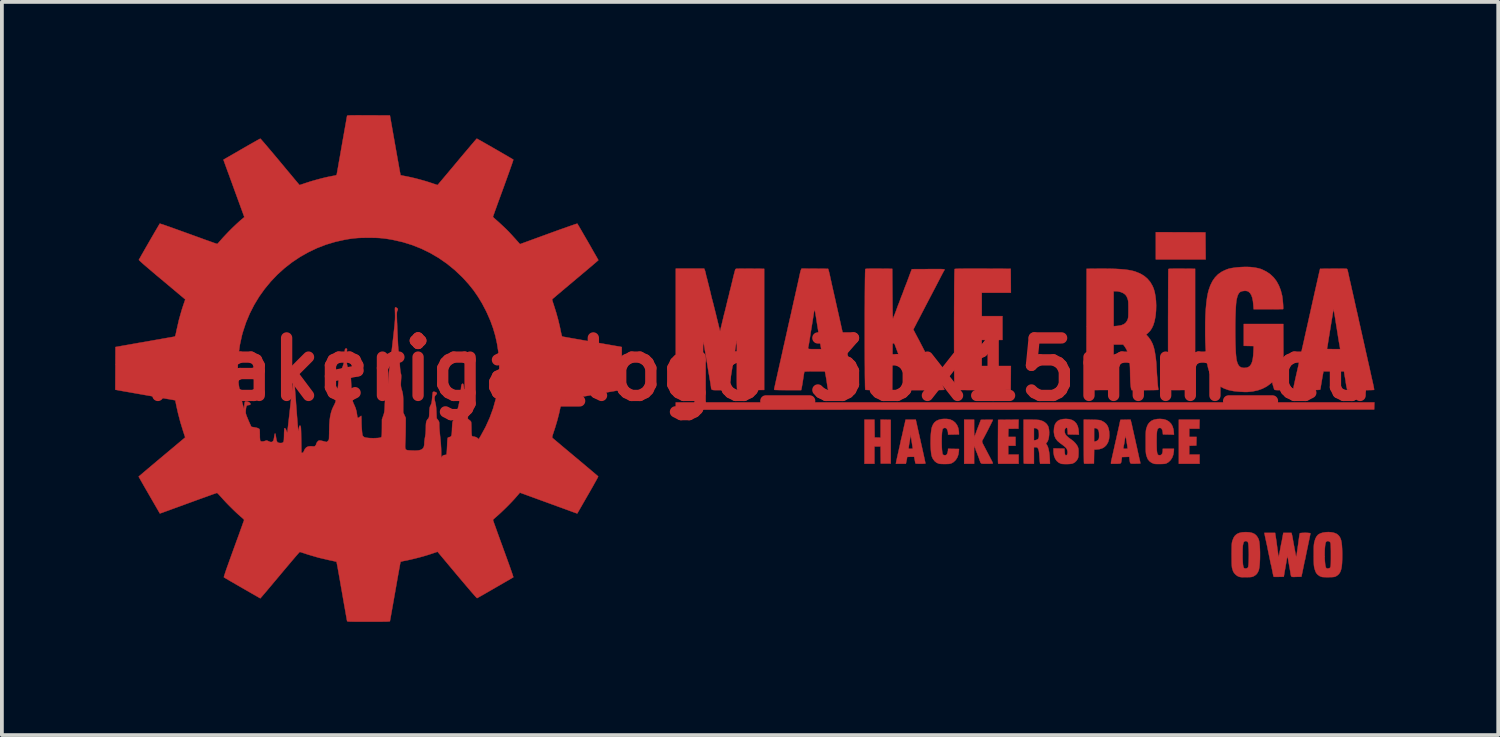
<source format=kicad_pcb>
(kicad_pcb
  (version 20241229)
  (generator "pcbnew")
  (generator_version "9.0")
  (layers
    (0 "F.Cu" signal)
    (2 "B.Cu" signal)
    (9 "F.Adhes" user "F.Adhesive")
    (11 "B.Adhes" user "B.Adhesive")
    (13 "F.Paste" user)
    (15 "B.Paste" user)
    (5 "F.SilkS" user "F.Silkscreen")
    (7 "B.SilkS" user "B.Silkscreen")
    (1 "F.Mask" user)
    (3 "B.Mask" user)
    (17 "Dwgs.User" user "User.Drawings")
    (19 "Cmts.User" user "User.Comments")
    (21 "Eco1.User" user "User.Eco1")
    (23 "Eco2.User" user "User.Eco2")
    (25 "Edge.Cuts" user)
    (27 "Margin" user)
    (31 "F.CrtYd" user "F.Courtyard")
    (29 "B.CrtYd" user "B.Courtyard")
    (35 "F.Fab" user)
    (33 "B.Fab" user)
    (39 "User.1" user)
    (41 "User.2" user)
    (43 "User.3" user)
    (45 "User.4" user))
  (footprint "makeriga_logo_35x15mm_cu"
    (layer "F.Cu")
    (at 17.064 6.74)
    (property "Reference" "makeriga_logo_35x15mm_cu" (at 0 0 0) (layer "F.Cu") (effects (font (size 1.524 1.524) (thickness 0.3))))
    (attr through_hole)
    (fp_poly (pts (xy 16.302 1.062) (xy 7.048 1.064) (xy -2.205 1.067) (xy -2.205 0.874) (xy 16.308 0.874) (xy 16.302 1.062)) (stroke (width 0.01) (type solid)) (fill yes) (layer "F.Cu"))
    (fp_poly (pts (xy 11.173 -3.635) (xy 11.831 -3.632) (xy 11.834 -3.274) (xy 11.837 -2.916) (xy 10.516 -2.916) (xy 10.516 -3.637) (xy 11.173 -3.635)) (stroke (width 0.01) (type solid)) (fill yes) (layer "F.Cu"))
    (fp_poly (pts (xy 11.67 1.57) (xy 11.401 1.57) (xy 11.401 1.788) (xy 11.595 1.788) (xy 11.592 1.902) (xy 11.589 2.017) (xy 11.401 2.023) (xy 11.401 2.256) (xy 11.675 2.256) (xy 11.675 2.499) (xy 11.126 2.499) (xy 11.126 1.331) (xy 11.676 1.331) (xy 11.67 1.57)) (stroke (width 0.01) (type solid)) (fill yes) (layer "F.Cu"))
    (fp_poly (pts (xy 3.491 1.336) (xy 3.491 2.494) (xy 3.227 2.494) (xy 3.224 2.268) (xy 3.222 2.042) (xy 3.059 2.042) (xy 3.059 2.499) (xy 2.795 2.499) (xy 2.795 1.331) (xy 3.059 1.331) (xy 3.062 1.567) (xy 3.065 1.803) (xy 3.222 1.809) (xy 3.222 1.33) (xy 3.491 1.336)) (stroke (width 0.01) (type solid)) (fill yes) (layer "F.Cu"))
    (fp_poly (pts (xy 6.877 1.45) (xy 6.875 1.57) (xy 6.742 1.571) (xy 6.61 1.573) (xy 6.607 1.681) (xy 6.605 1.788) (xy 6.798 1.788) (xy 6.798 2.022) (xy 6.605 2.022) (xy 6.605 2.256) (xy 6.88 2.256) (xy 6.88 2.499) (xy 6.342 2.499) (xy 6.336 2.477) (xy 6.335 2.462) (xy 6.334 2.43) (xy 6.333 2.381) (xy 6.333 2.317) (xy 6.333 2.241) (xy 6.333 2.154) (xy 6.333 2.059) (xy 6.333 1.956) (xy 6.333 1.895) (xy 6.336 1.336) (xy 6.608 1.333) (xy 6.88 1.331) (xy 6.877 1.45)) (stroke (width 0.01) (type solid)) (fill yes) (layer "F.Cu"))
    (fp_poly (pts (xy 11.148 -2.67) (xy 11.207 -2.67) (xy 11.557 -2.667) (xy 11.557 0.544) (xy 11.205 0.546) (xy 11.11 0.547) (xy 11.034 0.547) (xy 10.974 0.547) (xy 10.929 0.546) (xy 10.896 0.545) (xy 10.873 0.543) (xy 10.858 0.541) (xy 10.85 0.537) (xy 10.847 0.533) (xy 10.847 0.533) (xy 10.846 0.52) (xy 10.845 0.489) (xy 10.844 0.44) (xy 10.844 0.375) (xy 10.843 0.295) (xy 10.843 0.202) (xy 10.842 0.096) (xy 10.842 -0.021) (xy 10.842 -0.147) (xy 10.841 -0.282) (xy 10.841 -0.424) (xy 10.841 -0.571) (xy 10.841 -0.722) (xy 10.841 -0.877) (xy 10.841 -1.033) (xy 10.841 -1.189) (xy 10.841 -1.344) (xy 10.842 -1.497) (xy 10.842 -1.646) (xy 10.842 -1.79) (xy 10.843 -1.927) (xy 10.843 -2.057) (xy 10.844 -2.178) (xy 10.844 -2.288) (xy 10.845 -2.387) (xy 10.846 -2.472) (xy 10.846 -2.543) (xy 10.847 -2.599) (xy 10.848 -2.637) (xy 10.849 -2.657) (xy 10.849 -2.66) (xy 10.856 -2.663) (xy 10.872 -2.666) (xy 10.898 -2.668) (xy 10.937 -2.669) (xy 10.991 -2.67) (xy 11.061 -2.67) (xy 11.148 -2.67)) (stroke (width 0.01) (type solid)) (fill yes) (layer "F.Cu"))
    (fp_poly (pts (xy 8.818 1.333) (xy 8.889 1.335) (xy 8.943 1.336) (xy 8.984 1.339) (xy 9.014 1.342) (xy 9.037 1.346) (xy 9.057 1.352) (xy 9.076 1.36) (xy 9.086 1.364) (xy 9.153 1.402) (xy 9.205 1.449) (xy 9.242 1.505) (xy 9.267 1.575) (xy 9.28 1.646) (xy 9.285 1.751) (xy 9.276 1.845) (xy 9.252 1.926) (xy 9.213 1.995) (xy 9.161 2.05) (xy 9.096 2.09) (xy 9.019 2.114) (xy 8.93 2.123) (xy 8.882 2.123) (xy 8.876 2.494) (xy 8.748 2.497) (xy 8.699 2.498) (xy 8.658 2.497) (xy 8.628 2.496) (xy 8.614 2.493) (xy 8.614 2.493) (xy 8.613 2.482) (xy 8.611 2.452) (xy 8.61 2.406) (xy 8.609 2.345) (xy 8.608 2.27) (xy 8.608 2.185) (xy 8.607 2.09) (xy 8.607 1.988) (xy 8.607 1.907) (xy 8.607 1.554) (xy 8.881 1.554) (xy 8.881 1.913) (xy 8.919 1.907) (xy 8.96 1.891) (xy 8.985 1.868) (xy 8.998 1.851) (xy 9.007 1.834) (xy 9.011 1.812) (xy 9.013 1.78) (xy 9.013 1.74) (xy 9.011 1.679) (xy 9.004 1.634) (xy 8.99 1.601) (xy 8.969 1.577) (xy 8.96 1.57) (xy 8.932 1.558) (xy 8.909 1.554) (xy 8.881 1.554) (xy 8.607 1.554) (xy 8.607 1.329) (xy 8.818 1.333)) (stroke (width 0.01) (type solid)) (fill yes) (layer "F.Cu"))
    (fp_poly (pts (xy 5.8 -2.67) (xy 5.935 -2.67) (xy 6.67 -2.667) (xy 6.673 -2.349) (xy 6.675 -2.032) (xy 5.903 -2.032) (xy 5.903 -1.412) (xy 6.452 -1.412) (xy 6.452 -0.782) (xy 5.903 -0.782) (xy 5.903 -0.091) (xy 6.675 -0.091) (xy 6.673 0.226) (xy 6.67 0.544) (xy 5.933 0.546) (xy 5.785 0.547) (xy 5.656 0.547) (xy 5.546 0.547) (xy 5.452 0.546) (xy 5.375 0.546) (xy 5.312 0.545) (xy 5.263 0.544) (xy 5.227 0.542) (xy 5.202 0.541) (xy 5.188 0.538) (xy 5.184 0.537) (xy 5.182 0.525) (xy 5.18 0.494) (xy 5.179 0.445) (xy 5.177 0.381) (xy 5.176 0.301) (xy 5.175 0.208) (xy 5.174 0.102) (xy 5.173 -0.014) (xy 5.172 -0.141) (xy 5.171 -0.275) (xy 5.171 -0.417) (xy 5.17 -0.564) (xy 5.17 -0.715) (xy 5.17 -0.87) (xy 5.17 -1.026) (xy 5.17 -1.182) (xy 5.17 -1.338) (xy 5.171 -1.491) (xy 5.171 -1.64) (xy 5.172 -1.784) (xy 5.173 -1.922) (xy 5.173 -2.052) (xy 5.174 -2.174) (xy 5.175 -2.284) (xy 5.177 -2.384) (xy 5.178 -2.47) (xy 5.179 -2.542) (xy 5.181 -2.598) (xy 5.183 -2.637) (xy 5.184 -2.658) (xy 5.185 -2.661) (xy 5.194 -2.663) (xy 5.216 -2.665) (xy 5.252 -2.667) (xy 5.302 -2.668) (xy 5.368 -2.669) (xy 5.449 -2.67) (xy 5.548 -2.67) (xy 5.664 -2.67) (xy 5.8 -2.67)) (stroke (width 0.01) (type solid)) (fill yes) (layer "F.Cu"))
    (fp_poly (pts (xy 7.256 1.332) (xy 7.317 1.333) (xy 7.369 1.336) (xy 7.41 1.339) (xy 7.429 1.341) (xy 7.503 1.363) (xy 7.568 1.397) (xy 7.62 1.442) (xy 7.658 1.496) (xy 7.672 1.532) (xy 7.685 1.595) (xy 7.69 1.665) (xy 7.688 1.737) (xy 7.68 1.805) (xy 7.665 1.866) (xy 7.644 1.914) (xy 7.633 1.929) (xy 7.604 1.965) (xy 7.634 2.009) (xy 7.654 2.05) (xy 7.672 2.109) (xy 7.687 2.184) (xy 7.698 2.271) (xy 7.705 2.369) (xy 7.706 2.38) (xy 7.711 2.499) (xy 7.45 2.499) (xy 7.444 2.456) (xy 7.441 2.429) (xy 7.438 2.388) (xy 7.434 2.337) (xy 7.43 2.283) (xy 7.43 2.281) (xy 7.425 2.219) (xy 7.419 2.174) (xy 7.412 2.14) (xy 7.403 2.114) (xy 7.399 2.105) (xy 7.384 2.079) (xy 7.37 2.067) (xy 7.349 2.063) (xy 7.332 2.062) (xy 7.286 2.062) (xy 7.286 2.499) (xy 7.156 2.499) (xy 7.106 2.499) (xy 7.064 2.497) (xy 7.034 2.495) (xy 7.019 2.493) (xy 7.018 2.493) (xy 7.017 2.481) (xy 7.016 2.452) (xy 7.015 2.406) (xy 7.014 2.344) (xy 7.013 2.27) (xy 7.013 2.185) (xy 7.012 2.091) (xy 7.012 1.989) (xy 7.012 1.908) (xy 7.012 1.88) (xy 7.286 1.88) (xy 7.329 1.874) (xy 7.371 1.861) (xy 7.395 1.842) (xy 7.406 1.828) (xy 7.413 1.811) (xy 7.417 1.786) (xy 7.418 1.749) (xy 7.418 1.726) (xy 7.417 1.682) (xy 7.414 1.644) (xy 7.409 1.618) (xy 7.407 1.612) (xy 7.379 1.578) (xy 7.342 1.558) (xy 7.319 1.555) (xy 7.286 1.554) (xy 7.286 1.88) (xy 7.012 1.88) (xy 7.012 1.331) (xy 7.193 1.331) (xy 7.256 1.332)) (stroke (width 0.01) (type solid)) (fill yes) (layer "F.Cu"))
    (fp_poly (pts (xy 4.973 1.312) (xy 5.032 1.319) (xy 5.067 1.327) (xy 5.141 1.362) (xy 5.202 1.412) (xy 5.248 1.475) (xy 5.28 1.551) (xy 5.296 1.639) (xy 5.297 1.659) (xy 5.3 1.722) (xy 5.155 1.725) (xy 5.01 1.728) (xy 5.01 1.694) (xy 5.006 1.652) (xy 4.994 1.611) (xy 4.977 1.577) (xy 4.957 1.556) (xy 4.952 1.554) (xy 4.916 1.549) (xy 4.884 1.561) (xy 4.868 1.578) (xy 4.86 1.602) (xy 4.853 1.643) (xy 4.848 1.697) (xy 4.844 1.76) (xy 4.842 1.831) (xy 4.841 1.905) (xy 4.842 1.98) (xy 4.844 2.052) (xy 4.848 2.118) (xy 4.854 2.175) (xy 4.86 2.219) (xy 4.869 2.248) (xy 4.873 2.256) (xy 4.899 2.271) (xy 4.931 2.275) (xy 4.961 2.267) (xy 4.972 2.258) (xy 4.987 2.232) (xy 5 2.195) (xy 5.008 2.155) (xy 5.01 2.131) (xy 5.01 2.103) (xy 5.3 2.108) (xy 5.296 2.169) (xy 5.283 2.256) (xy 5.255 2.334) (xy 5.212 2.401) (xy 5.157 2.454) (xy 5.116 2.479) (xy 5.092 2.49) (xy 5.069 2.497) (xy 5.042 2.502) (xy 5.005 2.505) (xy 4.953 2.506) (xy 4.939 2.506) (xy 4.886 2.506) (xy 4.838 2.505) (xy 4.798 2.502) (xy 4.774 2.499) (xy 4.708 2.473) (xy 4.653 2.429) (xy 4.608 2.368) (xy 4.584 2.317) (xy 4.572 2.274) (xy 4.562 2.214) (xy 4.555 2.141) (xy 4.55 2.058) (xy 4.547 1.97) (xy 4.548 1.88) (xy 4.55 1.791) (xy 4.555 1.707) (xy 4.563 1.632) (xy 4.573 1.569) (xy 4.584 1.524) (xy 4.614 1.455) (xy 4.652 1.403) (xy 4.7 1.364) (xy 4.764 1.335) (xy 4.788 1.327) (xy 4.843 1.316) (xy 4.907 1.311) (xy 4.973 1.312)) (stroke (width 0.01) (type solid)) (fill yes) (layer "F.Cu"))
    (fp_poly (pts (xy 5.701 1.562) (xy 5.702 1.641) (xy 5.703 1.702) (xy 5.705 1.746) (xy 5.708 1.772) (xy 5.711 1.778) (xy 5.711 1.777) (xy 5.718 1.761) (xy 5.73 1.731) (xy 5.745 1.691) (xy 5.757 1.66) (xy 5.772 1.617) (xy 5.786 1.58) (xy 5.796 1.554) (xy 5.799 1.544) (xy 5.806 1.529) (xy 5.817 1.499) (xy 5.832 1.46) (xy 5.843 1.433) (xy 5.879 1.336) (xy 6.039 1.333) (xy 6.093 1.333) (xy 6.14 1.333) (xy 6.175 1.334) (xy 6.195 1.335) (xy 6.199 1.336) (xy 6.194 1.347) (xy 6.182 1.374) (xy 6.163 1.412) (xy 6.139 1.46) (xy 6.111 1.515) (xy 6.082 1.574) (xy 6.051 1.634) (xy 6.021 1.692) (xy 5.993 1.745) (xy 5.969 1.791) (xy 5.95 1.826) (xy 5.938 1.849) (xy 5.934 1.855) (xy 5.916 1.886) (xy 5.913 1.918) (xy 5.925 1.956) (xy 5.934 1.973) (xy 5.949 2.002) (xy 5.971 2.044) (xy 5.997 2.094) (xy 6.024 2.146) (xy 6.031 2.159) (xy 6.061 2.216) (xy 6.093 2.277) (xy 6.123 2.334) (xy 6.148 2.381) (xy 6.149 2.384) (xy 6.17 2.424) (xy 6.186 2.458) (xy 6.197 2.481) (xy 6.199 2.488) (xy 6.189 2.493) (xy 6.158 2.497) (xy 6.108 2.499) (xy 6.043 2.499) (xy 5.982 2.499) (xy 5.939 2.499) (xy 5.909 2.496) (xy 5.889 2.489) (xy 5.875 2.476) (xy 5.865 2.457) (xy 5.856 2.429) (xy 5.85 2.413) (xy 5.834 2.367) (xy 5.815 2.315) (xy 5.795 2.264) (xy 5.778 2.218) (xy 5.763 2.183) (xy 5.757 2.168) (xy 5.746 2.143) (xy 5.742 2.126) (xy 5.742 2.126) (xy 5.738 2.111) (xy 5.728 2.085) (xy 5.722 2.071) (xy 5.701 2.027) (xy 5.701 2.499) (xy 5.437 2.499) (xy 5.437 1.331) (xy 5.701 1.331) (xy 5.701 1.562)) (stroke (width 0.01) (type solid)) (fill yes) (layer "F.Cu"))
    (fp_poly (pts (xy 10.719 1.319) (xy 10.799 1.343) (xy 10.866 1.383) (xy 10.92 1.438) (xy 10.959 1.507) (xy 10.984 1.59) (xy 10.991 1.647) (xy 10.997 1.728) (xy 10.705 1.722) (xy 10.7 1.666) (xy 10.69 1.612) (xy 10.671 1.574) (xy 10.644 1.552) (xy 10.611 1.549) (xy 10.595 1.554) (xy 10.579 1.563) (xy 10.566 1.579) (xy 10.556 1.603) (xy 10.548 1.637) (xy 10.543 1.684) (xy 10.539 1.745) (xy 10.538 1.823) (xy 10.537 1.915) (xy 10.538 2.011) (xy 10.54 2.088) (xy 10.543 2.149) (xy 10.548 2.195) (xy 10.556 2.229) (xy 10.566 2.251) (xy 10.579 2.265) (xy 10.593 2.272) (xy 10.634 2.274) (xy 10.665 2.258) (xy 10.687 2.226) (xy 10.698 2.178) (xy 10.7 2.149) (xy 10.7 2.103) (xy 10.997 2.103) (xy 10.992 2.177) (xy 10.977 2.264) (xy 10.948 2.341) (xy 10.905 2.406) (xy 10.851 2.457) (xy 10.815 2.479) (xy 10.793 2.49) (xy 10.77 2.497) (xy 10.744 2.502) (xy 10.708 2.504) (xy 10.659 2.506) (xy 10.634 2.506) (xy 10.581 2.507) (xy 10.533 2.506) (xy 10.495 2.504) (xy 10.472 2.501) (xy 10.471 2.5) (xy 10.407 2.475) (xy 10.352 2.436) (xy 10.309 2.386) (xy 10.3 2.369) (xy 10.289 2.344) (xy 10.276 2.309) (xy 10.267 2.281) (xy 10.261 2.261) (xy 10.257 2.24) (xy 10.254 2.214) (xy 10.251 2.181) (xy 10.249 2.139) (xy 10.248 2.084) (xy 10.248 2.015) (xy 10.248 1.928) (xy 10.248 1.92) (xy 10.248 1.832) (xy 10.248 1.761) (xy 10.249 1.706) (xy 10.251 1.663) (xy 10.253 1.629) (xy 10.257 1.603) (xy 10.261 1.581) (xy 10.266 1.561) (xy 10.267 1.56) (xy 10.285 1.507) (xy 10.303 1.467) (xy 10.324 1.434) (xy 10.346 1.407) (xy 10.398 1.363) (xy 10.465 1.332) (xy 10.548 1.315) (xy 10.627 1.311) (xy 10.719 1.319)) (stroke (width 0.01) (type solid)) (fill yes) (layer "F.Cu"))
    (fp_poly (pts (xy 8.226 1.319) (xy 8.301 1.342) (xy 8.363 1.381) (xy 8.412 1.435) (xy 8.447 1.504) (xy 8.467 1.587) (xy 8.472 1.638) (xy 8.478 1.728) (xy 8.331 1.725) (xy 8.185 1.722) (xy 8.18 1.646) (xy 8.177 1.607) (xy 8.172 1.576) (xy 8.167 1.558) (xy 8.167 1.557) (xy 8.151 1.544) (xy 8.133 1.548) (xy 8.117 1.565) (xy 8.104 1.593) (xy 8.099 1.629) (xy 8.099 1.633) (xy 8.104 1.677) (xy 8.119 1.717) (xy 8.148 1.756) (xy 8.191 1.796) (xy 8.25 1.841) (xy 8.271 1.855) (xy 8.334 1.903) (xy 8.388 1.959) (xy 8.429 2.015) (xy 8.442 2.039) (xy 8.454 2.068) (xy 8.462 2.094) (xy 8.466 2.122) (xy 8.468 2.16) (xy 8.468 2.21) (xy 8.466 2.266) (xy 8.463 2.308) (xy 8.457 2.34) (xy 8.447 2.368) (xy 8.446 2.368) (xy 8.414 2.419) (xy 8.369 2.462) (xy 8.316 2.491) (xy 8.29 2.499) (xy 8.257 2.503) (xy 8.211 2.507) (xy 8.159 2.508) (xy 8.106 2.508) (xy 8.059 2.506) (xy 8.022 2.503) (xy 8.007 2.5) (xy 7.943 2.47) (xy 7.89 2.425) (xy 7.849 2.365) (xy 7.82 2.292) (xy 7.806 2.209) (xy 7.804 2.166) (xy 7.804 2.092) (xy 8.094 2.098) (xy 8.099 2.174) (xy 8.103 2.222) (xy 8.109 2.252) (xy 8.118 2.269) (xy 8.131 2.275) (xy 8.138 2.276) (xy 8.159 2.267) (xy 8.172 2.243) (xy 8.178 2.209) (xy 8.176 2.169) (xy 8.165 2.128) (xy 8.16 2.117) (xy 8.15 2.098) (xy 8.137 2.079) (xy 8.116 2.059) (xy 8.088 2.034) (xy 8.048 2.003) (xy 7.994 1.963) (xy 7.973 1.948) (xy 7.907 1.891) (xy 7.86 1.829) (xy 7.83 1.759) (xy 7.816 1.678) (xy 7.814 1.634) (xy 7.82 1.544) (xy 7.839 1.469) (xy 7.871 1.41) (xy 7.917 1.365) (xy 7.977 1.334) (xy 8.053 1.316) (xy 8.137 1.311) (xy 8.226 1.319)) (stroke (width 0.01) (type solid)) (fill yes) (layer "F.Cu"))
    (fp_poly (pts (xy 9.86 1.384) (xy 9.871 1.427) (xy 9.882 1.472) (xy 9.885 1.488) (xy 9.892 1.522) (xy 9.902 1.567) (xy 9.913 1.616) (xy 9.918 1.636) (xy 9.93 1.691) (xy 9.944 1.752) (xy 9.956 1.807) (xy 9.959 1.819) (xy 9.971 1.873) (xy 9.984 1.935) (xy 9.997 1.99) (xy 9.997 1.991) (xy 10.007 2.034) (xy 10.019 2.09) (xy 10.033 2.153) (xy 10.046 2.215) (xy 10.049 2.225) (xy 10.061 2.28) (xy 10.072 2.331) (xy 10.082 2.373) (xy 10.089 2.402) (xy 10.091 2.408) (xy 10.098 2.44) (xy 10.103 2.468) (xy 10.103 2.469) (xy 10.105 2.494) (xy 9.976 2.497) (xy 9.92 2.498) (xy 9.88 2.498) (xy 9.855 2.492) (xy 9.839 2.48) (xy 9.831 2.458) (xy 9.826 2.424) (xy 9.821 2.385) (xy 9.814 2.316) (xy 9.618 2.322) (xy 9.61 2.385) (xy 9.604 2.43) (xy 9.598 2.462) (xy 9.588 2.482) (xy 9.57 2.493) (xy 9.541 2.498) (xy 9.498 2.499) (xy 9.455 2.499) (xy 9.328 2.499) (xy 9.328 2.471) (xy 9.331 2.443) (xy 9.338 2.409) (xy 9.339 2.403) (xy 9.347 2.374) (xy 9.356 2.332) (xy 9.367 2.287) (xy 9.369 2.276) (xy 9.38 2.224) (xy 9.394 2.163) (xy 9.407 2.105) (xy 9.407 2.103) (xy 9.653 2.103) (xy 9.707 2.103) (xy 9.739 2.102) (xy 9.76 2.1) (xy 9.767 2.098) (xy 9.767 2.087) (xy 9.765 2.06) (xy 9.76 2.024) (xy 9.759 2.014) (xy 9.75 1.963) (xy 9.741 1.908) (xy 9.734 1.864) (xy 9.725 1.815) (xy 9.718 1.785) (xy 9.712 1.775) (xy 9.707 1.785) (xy 9.701 1.814) (xy 9.695 1.855) (xy 9.689 1.902) (xy 9.682 1.944) (xy 9.676 1.976) (xy 9.674 1.986) (xy 9.667 2.017) (xy 9.66 2.053) (xy 9.659 2.06) (xy 9.653 2.103) (xy 9.407 2.103) (xy 9.41 2.093) (xy 9.421 2.042) (xy 9.432 1.991) (xy 9.442 1.948) (xy 9.445 1.935) (xy 9.453 1.897) (xy 9.465 1.848) (xy 9.476 1.796) (xy 9.48 1.778) (xy 9.515 1.622) (xy 9.546 1.484) (xy 9.559 1.422) (xy 9.577 1.336) (xy 9.711 1.333) (xy 9.845 1.33) (xy 9.86 1.384)) (stroke (width 0.01) (type solid)) (fill yes) (layer "F.Cu"))
    (fp_poly (pts (xy 12.991 4.316) (xy 13.068 4.332) (xy 13.13 4.359) (xy 13.179 4.4) (xy 13.218 4.455) (xy 13.241 4.503) (xy 13.253 4.544) (xy 13.262 4.602) (xy 13.269 4.674) (xy 13.274 4.755) (xy 13.277 4.842) (xy 13.277 4.932) (xy 13.276 5.022) (xy 13.272 5.108) (xy 13.266 5.186) (xy 13.258 5.253) (xy 13.248 5.306) (xy 13.241 5.33) (xy 13.21 5.393) (xy 13.17 5.441) (xy 13.116 5.477) (xy 13.113 5.479) (xy 13.091 5.489) (xy 13.07 5.496) (xy 13.045 5.501) (xy 13.012 5.504) (xy 12.966 5.505) (xy 12.916 5.507) (xy 12.848 5.507) (xy 12.796 5.506) (xy 12.757 5.502) (xy 12.727 5.496) (xy 12.719 5.493) (xy 12.675 5.472) (xy 12.631 5.438) (xy 12.594 5.398) (xy 12.567 5.356) (xy 12.562 5.341) (xy 12.55 5.303) (xy 12.538 5.264) (xy 12.537 5.261) (xy 12.533 5.237) (xy 12.53 5.197) (xy 12.527 5.139) (xy 12.526 5.064) (xy 12.525 4.968) (xy 12.525 4.915) (xy 12.815 4.915) (xy 12.816 5.019) (xy 12.82 5.103) (xy 12.825 5.169) (xy 12.833 5.218) (xy 12.844 5.25) (xy 12.857 5.267) (xy 12.857 5.267) (xy 12.886 5.276) (xy 12.92 5.272) (xy 12.948 5.259) (xy 12.952 5.255) (xy 12.96 5.244) (xy 12.965 5.228) (xy 12.969 5.203) (xy 12.973 5.167) (xy 12.976 5.116) (xy 12.978 5.075) (xy 12.98 4.996) (xy 12.981 4.917) (xy 12.98 4.839) (xy 12.978 4.766) (xy 12.974 4.701) (xy 12.97 4.646) (xy 12.964 4.605) (xy 12.958 4.581) (xy 12.957 4.578) (xy 12.933 4.556) (xy 12.903 4.548) (xy 12.873 4.553) (xy 12.85 4.571) (xy 12.839 4.592) (xy 12.832 4.623) (xy 12.824 4.656) (xy 12.824 4.656) (xy 12.821 4.677) (xy 12.819 4.714) (xy 12.817 4.764) (xy 12.816 4.825) (xy 12.815 4.891) (xy 12.815 4.915) (xy 12.525 4.915) (xy 12.525 4.827) (xy 12.526 4.757) (xy 12.527 4.702) (xy 12.528 4.658) (xy 12.53 4.624) (xy 12.533 4.597) (xy 12.537 4.574) (xy 12.543 4.552) (xy 12.548 4.536) (xy 12.576 4.463) (xy 12.614 4.406) (xy 12.663 4.363) (xy 12.725 4.334) (xy 12.802 4.317) (xy 12.894 4.311) (xy 12.899 4.311) (xy 12.991 4.316)) (stroke (width 0.01) (type solid)) (fill yes) (layer "F.Cu"))
    (fp_poly (pts (xy 15.167 4.315) (xy 15.237 4.329) (xy 15.296 4.352) (xy 15.319 4.365) (xy 15.354 4.394) (xy 15.383 4.429) (xy 15.406 4.471) (xy 15.425 4.523) (xy 15.438 4.586) (xy 15.447 4.662) (xy 15.453 4.754) (xy 15.456 4.863) (xy 15.456 4.912) (xy 15.455 5.03) (xy 15.451 5.131) (xy 15.443 5.215) (xy 15.431 5.285) (xy 15.414 5.342) (xy 15.392 5.388) (xy 15.364 5.426) (xy 15.33 5.456) (xy 15.289 5.482) (xy 15.289 5.482) (xy 15.27 5.491) (xy 15.249 5.497) (xy 15.221 5.501) (xy 15.184 5.504) (xy 15.132 5.505) (xy 15.101 5.506) (xy 15.044 5.506) (xy 14.992 5.505) (xy 14.949 5.503) (xy 14.92 5.5) (xy 14.915 5.499) (xy 14.859 5.477) (xy 14.808 5.441) (xy 14.77 5.399) (xy 14.754 5.369) (xy 14.738 5.328) (xy 14.724 5.284) (xy 14.722 5.279) (xy 14.716 5.253) (xy 14.711 5.227) (xy 14.707 5.198) (xy 14.704 5.164) (xy 14.703 5.12) (xy 14.701 5.065) (xy 14.701 4.994) (xy 14.701 4.925) (xy 14.701 4.881) (xy 14.991 4.881) (xy 14.991 4.958) (xy 14.993 5.034) (xy 14.998 5.104) (xy 15.004 5.165) (xy 15.012 5.213) (xy 15.022 5.247) (xy 15.026 5.254) (xy 15.04 5.269) (xy 15.059 5.274) (xy 15.083 5.274) (xy 15.113 5.269) (xy 15.13 5.258) (xy 15.141 5.24) (xy 15.146 5.228) (xy 15.149 5.21) (xy 15.152 5.184) (xy 15.154 5.147) (xy 15.155 5.098) (xy 15.156 5.034) (xy 15.156 4.953) (xy 15.156 4.915) (xy 15.156 4.816) (xy 15.154 4.736) (xy 15.152 4.674) (xy 15.15 4.63) (xy 15.146 4.602) (xy 15.144 4.592) (xy 15.123 4.565) (xy 15.095 4.551) (xy 15.064 4.549) (xy 15.037 4.561) (xy 15.02 4.583) (xy 15.01 4.619) (xy 15.002 4.671) (xy 14.996 4.734) (xy 14.992 4.805) (xy 14.991 4.881) (xy 14.701 4.881) (xy 14.701 4.839) (xy 14.701 4.77) (xy 14.702 4.714) (xy 14.704 4.671) (xy 14.707 4.635) (xy 14.712 4.605) (xy 14.717 4.576) (xy 14.719 4.57) (xy 14.743 4.489) (xy 14.776 4.426) (xy 14.816 4.38) (xy 14.822 4.376) (xy 14.873 4.347) (xy 14.939 4.326) (xy 15.013 4.314) (xy 15.09 4.31) (xy 15.167 4.315)) (stroke (width 0.01) (type solid)) (fill yes) (layer "F.Cu"))
    (fp_poly (pts (xy 4.166 1.384) (xy 4.174 1.42) (xy 4.185 1.467) (xy 4.195 1.516) (xy 4.197 1.524) (xy 4.209 1.576) (xy 4.222 1.636) (xy 4.235 1.694) (xy 4.238 1.707) (xy 4.25 1.758) (xy 4.261 1.809) (xy 4.271 1.852) (xy 4.274 1.864) (xy 4.282 1.903) (xy 4.293 1.952) (xy 4.305 2.004) (xy 4.309 2.022) (xy 4.328 2.106) (xy 4.346 2.188) (xy 4.363 2.265) (xy 4.378 2.334) (xy 4.391 2.394) (xy 4.401 2.442) (xy 4.408 2.475) (xy 4.411 2.491) (xy 4.411 2.492) (xy 4.401 2.495) (xy 4.375 2.497) (xy 4.336 2.499) (xy 4.288 2.499) (xy 4.279 2.499) (xy 4.225 2.499) (xy 4.188 2.498) (xy 4.165 2.496) (xy 4.152 2.493) (xy 4.145 2.486) (xy 4.142 2.477) (xy 4.142 2.477) (xy 4.138 2.455) (xy 4.132 2.421) (xy 4.125 2.385) (xy 4.112 2.316) (xy 4.018 2.316) (xy 3.973 2.317) (xy 3.945 2.318) (xy 3.93 2.322) (xy 3.924 2.328) (xy 3.923 2.337) (xy 3.921 2.359) (xy 3.915 2.39) (xy 3.913 2.4) (xy 3.905 2.435) (xy 3.899 2.466) (xy 3.898 2.471) (xy 3.892 2.499) (xy 3.627 2.499) (xy 3.634 2.461) (xy 3.637 2.446) (xy 3.641 2.424) (xy 3.648 2.395) (xy 3.656 2.355) (xy 3.668 2.303) (xy 3.682 2.238) (xy 3.701 2.156) (xy 3.712 2.103) (xy 3.962 2.103) (xy 4.019 2.103) (xy 4.049 2.102) (xy 4.07 2.099) (xy 4.075 2.095) (xy 4.074 2.083) (xy 4.069 2.055) (xy 4.063 2.016) (xy 4.059 1.991) (xy 4.051 1.937) (xy 4.041 1.877) (xy 4.033 1.824) (xy 4.031 1.814) (xy 4.018 1.732) (xy 4.01 1.793) (xy 4.004 1.837) (xy 3.996 1.888) (xy 3.989 1.925) (xy 3.981 1.971) (xy 3.973 2.018) (xy 3.969 2.05) (xy 3.962 2.103) (xy 3.712 2.103) (xy 3.722 2.062) (xy 3.733 2.011) (xy 3.745 1.956) (xy 3.755 1.909) (xy 3.755 1.905) (xy 3.764 1.863) (xy 3.773 1.824) (xy 3.78 1.798) (xy 3.786 1.775) (xy 3.795 1.736) (xy 3.805 1.689) (xy 3.817 1.637) (xy 3.817 1.636) (xy 3.828 1.585) (xy 3.838 1.538) (xy 3.846 1.501) (xy 3.852 1.479) (xy 3.852 1.478) (xy 3.859 1.451) (xy 3.867 1.414) (xy 3.872 1.389) (xy 3.884 1.331) (xy 4.154 1.331) (xy 4.166 1.384)) (stroke (width 0.01) (type solid)) (fill yes) (layer "F.Cu"))
    (fp_poly (pts (xy 9.323 -2.668) (xy 9.46 -2.664) (xy 9.581 -2.657) (xy 9.688 -2.648) (xy 9.782 -2.636) (xy 9.865 -2.621) (xy 9.939 -2.603) (xy 9.974 -2.592) (xy 10.096 -2.543) (xy 10.202 -2.481) (xy 10.292 -2.406) (xy 10.367 -2.318) (xy 10.427 -2.216) (xy 10.461 -2.136) (xy 10.487 -2.043) (xy 10.507 -1.935) (xy 10.52 -1.817) (xy 10.525 -1.693) (xy 10.522 -1.567) (xy 10.512 -1.445) (xy 10.505 -1.398) (xy 10.482 -1.279) (xy 10.451 -1.178) (xy 10.411 -1.092) (xy 10.363 -1.02) (xy 10.304 -0.96) (xy 10.288 -0.948) (xy 10.259 -0.925) (xy 10.314 -0.865) (xy 10.38 -0.776) (xy 10.432 -0.674) (xy 10.461 -0.588) (xy 10.476 -0.529) (xy 10.491 -0.455) (xy 10.504 -0.373) (xy 10.516 -0.289) (xy 10.525 -0.207) (xy 10.531 -0.135) (xy 10.534 -0.061) (xy 10.539 0.018) (xy 10.544 0.1) (xy 10.55 0.182) (xy 10.556 0.26) (xy 10.561 0.332) (xy 10.566 0.394) (xy 10.571 0.443) (xy 10.575 0.477) (xy 10.576 0.487) (xy 10.581 0.516) (xy 10.581 0.537) (xy 10.58 0.541) (xy 10.569 0.543) (xy 10.54 0.544) (xy 10.496 0.546) (xy 10.438 0.547) (xy 10.37 0.548) (xy 10.292 0.548) (xy 10.225 0.549) (xy 9.875 0.549) (xy 9.866 0.526) (xy 9.859 0.5) (xy 9.853 0.457) (xy 9.847 0.401) (xy 9.842 0.335) (xy 9.839 0.262) (xy 9.836 0.186) (xy 9.835 0.11) (xy 9.835 0.101) (xy 9.832 -0.044) (xy 9.825 -0.171) (xy 9.811 -0.282) (xy 9.792 -0.379) (xy 9.767 -0.463) (xy 9.735 -0.537) (xy 9.695 -0.601) (xy 9.68 -0.622) (xy 9.65 -0.66) (xy 9.398 -0.66) (xy 9.396 -0.058) (xy 9.393 0.544) (xy 9.035 0.546) (xy 8.677 0.549) (xy 8.679 -1.059) (xy 8.681 -2.073) (xy 9.398 -2.073) (xy 9.398 -1.145) (xy 9.473 -1.151) (xy 9.522 -1.156) (xy 9.574 -1.165) (xy 9.61 -1.174) (xy 9.674 -1.201) (xy 9.724 -1.243) (xy 9.76 -1.299) (xy 9.769 -1.321) (xy 9.776 -1.342) (xy 9.781 -1.364) (xy 9.785 -1.39) (xy 9.787 -1.424) (xy 9.788 -1.468) (xy 9.789 -1.527) (xy 9.789 -1.595) (xy 9.789 -1.668) (xy 9.788 -1.724) (xy 9.787 -1.767) (xy 9.785 -1.799) (xy 9.781 -1.825) (xy 9.776 -1.847) (xy 9.769 -1.87) (xy 9.764 -1.883) (xy 9.744 -1.93) (xy 9.721 -1.966) (xy 9.694 -1.993) (xy 9.643 -2.027) (xy 9.579 -2.053) (xy 9.509 -2.069) (xy 9.455 -2.073) (xy 9.398 -2.073) (xy 8.681 -2.073) (xy 8.682 -2.667) (xy 8.997 -2.67) (xy 9.169 -2.67) (xy 9.323 -2.668)) (stroke (width 0.01) (type solid)) (fill yes) (layer "F.Cu"))
    (fp_poly (pts (xy 14.501 4.33) (xy 14.544 4.332) (xy 14.58 4.335) (xy 14.604 4.339) (xy 14.613 4.344) (xy 14.61 4.36) (xy 14.605 4.389) (xy 14.598 4.422) (xy 14.59 4.463) (xy 14.579 4.514) (xy 14.568 4.568) (xy 14.563 4.59) (xy 14.551 4.648) (xy 14.538 4.713) (xy 14.525 4.773) (xy 14.522 4.788) (xy 14.51 4.844) (xy 14.498 4.904) (xy 14.487 4.959) (xy 14.485 4.971) (xy 14.477 5.011) (xy 14.47 5.043) (xy 14.465 5.062) (xy 14.464 5.064) (xy 14.46 5.078) (xy 14.454 5.105) (xy 14.447 5.142) (xy 14.446 5.146) (xy 14.437 5.193) (xy 14.425 5.252) (xy 14.412 5.314) (xy 14.4 5.375) (xy 14.388 5.428) (xy 14.381 5.459) (xy 14.373 5.494) (xy 14.239 5.497) (xy 14.185 5.499) (xy 14.147 5.499) (xy 14.122 5.495) (xy 14.107 5.484) (xy 14.097 5.463) (xy 14.09 5.429) (xy 14.082 5.379) (xy 14.08 5.362) (xy 14.071 5.311) (xy 14.06 5.25) (xy 14.049 5.188) (xy 14.044 5.159) (xy 14.034 5.109) (xy 14.026 5.061) (xy 14.02 5.023) (xy 14.017 5.004) (xy 14.012 4.978) (xy 14.006 4.962) (xy 14.004 4.961) (xy 13.999 4.97) (xy 13.993 4.995) (xy 13.986 5.03) (xy 13.985 5.04) (xy 13.978 5.084) (xy 13.969 5.139) (xy 13.958 5.198) (xy 13.952 5.235) (xy 13.942 5.291) (xy 13.932 5.347) (xy 13.923 5.397) (xy 13.919 5.423) (xy 13.907 5.494) (xy 13.772 5.497) (xy 13.718 5.498) (xy 13.681 5.498) (xy 13.657 5.497) (xy 13.643 5.493) (xy 13.636 5.488) (xy 13.633 5.479) (xy 13.633 5.477) (xy 13.624 5.439) (xy 13.613 5.386) (xy 13.601 5.324) (xy 13.591 5.276) (xy 13.584 5.237) (xy 13.576 5.205) (xy 13.571 5.186) (xy 13.571 5.184) (xy 13.566 5.167) (xy 13.559 5.137) (xy 13.551 5.098) (xy 13.55 5.093) (xy 13.541 5.046) (xy 13.53 4.99) (xy 13.518 4.935) (xy 13.515 4.92) (xy 13.504 4.867) (xy 13.492 4.81) (xy 13.482 4.759) (xy 13.48 4.748) (xy 13.47 4.697) (xy 13.458 4.643) (xy 13.449 4.603) (xy 13.436 4.543) (xy 13.423 4.482) (xy 13.411 4.426) (xy 13.402 4.38) (xy 13.399 4.364) (xy 13.392 4.331) (xy 13.677 4.331) (xy 13.682 4.364) (xy 13.686 4.391) (xy 13.692 4.43) (xy 13.698 4.468) (xy 13.705 4.51) (xy 13.713 4.563) (xy 13.72 4.62) (xy 13.724 4.651) (xy 13.731 4.702) (xy 13.738 4.757) (xy 13.746 4.813) (xy 13.754 4.866) (xy 13.76 4.912) (xy 13.766 4.947) (xy 13.769 4.968) (xy 13.77 4.971) (xy 13.773 4.965) (xy 13.778 4.941) (xy 13.786 4.904) (xy 13.795 4.856) (xy 13.806 4.8) (xy 13.815 4.748) (xy 13.823 4.702) (xy 13.832 4.659) (xy 13.838 4.626) (xy 13.84 4.621) (xy 13.845 4.594) (xy 13.854 4.554) (xy 13.863 4.505) (xy 13.872 4.455) (xy 13.895 4.331) (xy 14.111 4.331) (xy 14.123 4.379) (xy 14.132 4.418) (xy 14.141 4.463) (xy 14.145 4.488) (xy 14.151 4.525) (xy 14.16 4.574) (xy 14.17 4.627) (xy 14.176 4.661) (xy 14.187 4.721) (xy 14.2 4.787) (xy 14.211 4.85) (xy 14.216 4.875) (xy 14.225 4.921) (xy 14.232 4.948) (xy 14.237 4.956) (xy 14.24 4.951) (xy 14.246 4.921) (xy 14.253 4.88) (xy 14.261 4.825) (xy 14.271 4.756) (xy 14.283 4.671) (xy 14.297 4.568) (xy 14.313 4.452) (xy 14.319 4.408) (xy 14.325 4.372) (xy 14.33 4.349) (xy 14.333 4.342) (xy 14.345 4.337) (xy 14.373 4.334) (xy 14.411 4.331) (xy 14.455 4.33) (xy 14.501 4.33)) (stroke (width 0.01) (type solid)) (fill yes) (layer "F.Cu"))
    (fp_poly (pts (xy 13.025 -2.713) (xy 13.095 -2.705) (xy 13.167 -2.694) (xy 13.235 -2.68) (xy 13.294 -2.663) (xy 13.325 -2.652) (xy 13.444 -2.593) (xy 13.549 -2.522) (xy 13.639 -2.437) (xy 13.715 -2.338) (xy 13.777 -2.224) (xy 13.827 -2.096) (xy 13.864 -1.951) (xy 13.864 -1.951) (xy 13.869 -1.916) (xy 13.875 -1.871) (xy 13.88 -1.82) (xy 13.885 -1.766) (xy 13.889 -1.714) (xy 13.891 -1.667) (xy 13.892 -1.63) (xy 13.891 -1.606) (xy 13.89 -1.599) (xy 13.879 -1.598) (xy 13.85 -1.598) (xy 13.805 -1.597) (xy 13.747 -1.596) (xy 13.677 -1.596) (xy 13.598 -1.595) (xy 13.513 -1.595) (xy 13.497 -1.595) (xy 13.109 -1.595) (xy 13.101 -1.704) (xy 13.09 -1.811) (xy 13.072 -1.899) (xy 13.047 -1.969) (xy 13.014 -2.022) (xy 12.974 -2.059) (xy 12.964 -2.065) (xy 12.937 -2.076) (xy 12.905 -2.081) (xy 12.861 -2.081) (xy 12.857 -2.081) (xy 12.804 -2.074) (xy 12.761 -2.059) (xy 12.728 -2.032) (xy 12.7 -1.991) (xy 12.678 -1.935) (xy 12.659 -1.861) (xy 12.65 -1.812) (xy 12.643 -1.746) (xy 12.637 -1.664) (xy 12.632 -1.57) (xy 12.628 -1.465) (xy 12.624 -1.352) (xy 12.622 -1.233) (xy 12.621 -1.111) (xy 12.621 -0.987) (xy 12.622 -0.865) (xy 12.624 -0.746) (xy 12.627 -0.633) (xy 12.631 -0.529) (xy 12.636 -0.435) (xy 12.643 -0.354) (xy 12.65 -0.289) (xy 12.658 -0.241) (xy 12.659 -0.237) (xy 12.68 -0.166) (xy 12.707 -0.112) (xy 12.74 -0.075) (xy 12.781 -0.052) (xy 12.833 -0.042) (xy 12.862 -0.041) (xy 12.92 -0.046) (xy 12.969 -0.063) (xy 13.01 -0.094) (xy 13.042 -0.138) (xy 13.067 -0.198) (xy 13.085 -0.274) (xy 13.097 -0.367) (xy 13.103 -0.459) (xy 13.11 -0.619) (xy 12.847 -0.625) (xy 12.847 -1.204) (xy 13.894 -1.204) (xy 13.897 -0.351) (xy 13.897 -0.22) (xy 13.897 -0.095) (xy 13.897 0.022) (xy 13.897 0.132) (xy 13.897 0.231) (xy 13.897 0.318) (xy 13.896 0.392) (xy 13.896 0.451) (xy 13.895 0.495) (xy 13.894 0.52) (xy 13.894 0.526) (xy 13.89 0.536) (xy 13.883 0.542) (xy 13.869 0.546) (xy 13.844 0.548) (xy 13.804 0.549) (xy 13.777 0.549) (xy 13.721 0.548) (xy 13.684 0.545) (xy 13.663 0.54) (xy 13.658 0.536) (xy 13.651 0.519) (xy 13.64 0.488) (xy 13.629 0.45) (xy 13.617 0.411) (xy 13.609 0.377) (xy 13.605 0.355) (xy 13.605 0.352) (xy 13.601 0.345) (xy 13.59 0.349) (xy 13.568 0.365) (xy 13.554 0.378) (xy 13.453 0.452) (xy 13.339 0.511) (xy 13.214 0.555) (xy 13.08 0.583) (xy 13.022 0.589) (xy 12.98 0.593) (xy 12.947 0.596) (xy 12.916 0.597) (xy 12.885 0.597) (xy 12.848 0.596) (xy 12.8 0.593) (xy 12.738 0.59) (xy 12.725 0.589) (xy 12.576 0.574) (xy 12.442 0.546) (xy 12.324 0.504) (xy 12.22 0.45) (xy 12.13 0.381) (xy 12.053 0.298) (xy 11.99 0.199) (xy 11.939 0.086) (xy 11.9 -0.044) (xy 11.881 -0.137) (xy 11.862 -0.261) (xy 11.848 -0.4) (xy 11.837 -0.555) (xy 11.829 -0.728) (xy 11.825 -0.919) (xy 11.825 -1.041) (xy 11.826 -1.252) (xy 11.832 -1.443) (xy 11.842 -1.614) (xy 11.856 -1.767) (xy 11.874 -1.902) (xy 11.896 -2.019) (xy 11.916 -2.098) (xy 11.962 -2.229) (xy 12.018 -2.342) (xy 12.086 -2.439) (xy 12.165 -2.52) (xy 12.256 -2.584) (xy 12.322 -2.618) (xy 12.356 -2.633) (xy 12.386 -2.646) (xy 12.4 -2.652) (xy 12.448 -2.668) (xy 12.513 -2.683) (xy 12.59 -2.695) (xy 12.676 -2.705) (xy 12.767 -2.712) (xy 12.859 -2.716) (xy 12.948 -2.716) (xy 13.025 -2.713)) (stroke (width 0.01) (type solid)) (fill yes) (layer "F.Cu"))
    (fp_poly (pts (xy -1.439 -2.637) (xy -1.428 -2.608) (xy -1.418 -2.568) (xy -1.412 -2.544) (xy -1.404 -2.505) (xy -1.396 -2.47) (xy -1.391 -2.454) (xy -1.386 -2.434) (xy -1.378 -2.407) (xy -1.369 -2.369) (xy -1.356 -2.317) (xy -1.339 -2.25) (xy -1.335 -2.235) (xy -1.326 -2.198) (xy -1.314 -2.15) (xy -1.302 -2.101) (xy -1.3 -2.093) (xy -1.288 -2.043) (xy -1.276 -1.99) (xy -1.265 -1.945) (xy -1.264 -1.941) (xy -1.255 -1.902) (xy -1.246 -1.868) (xy -1.24 -1.849) (xy -1.236 -1.834) (xy -1.228 -1.801) (xy -1.215 -1.753) (xy -1.2 -1.692) (xy -1.182 -1.621) (xy -1.162 -1.54) (xy -1.14 -1.454) (xy -1.132 -1.418) (xy -1.032 -1.012) (xy -1.014 -1.088) (xy -1.002 -1.136) (xy -0.988 -1.193) (xy -0.976 -1.246) (xy -0.975 -1.25) (xy -0.963 -1.3) (xy -0.95 -1.353) (xy -0.94 -1.397) (xy -0.939 -1.402) (xy -0.929 -1.442) (xy -0.92 -1.478) (xy -0.914 -1.499) (xy -0.909 -1.518) (xy -0.9 -1.553) (xy -0.888 -1.601) (xy -0.874 -1.658) (xy -0.859 -1.719) (xy -0.859 -1.722) (xy -0.844 -1.784) (xy -0.83 -1.841) (xy -0.818 -1.889) (xy -0.809 -1.925) (xy -0.804 -1.945) (xy -0.803 -1.946) (xy -0.795 -1.978) (xy -0.788 -2.012) (xy -0.781 -2.043) (xy -0.771 -2.082) (xy -0.767 -2.098) (xy -0.76 -2.124) (xy -0.749 -2.166) (xy -0.736 -2.219) (xy -0.722 -2.279) (xy -0.706 -2.342) (xy -0.692 -2.404) (xy -0.678 -2.461) (xy -0.666 -2.509) (xy -0.657 -2.545) (xy -0.651 -2.565) (xy -0.651 -2.565) (xy -0.642 -2.599) (xy -0.635 -2.629) (xy -0.623 -2.657) (xy -0.606 -2.667) (xy -0.591 -2.668) (xy -0.558 -2.669) (xy -0.51 -2.67) (xy -0.449 -2.67) (xy -0.377 -2.671) (xy -0.298 -2.67) (xy -0.224 -2.67) (xy 0.137 -2.667) (xy 0.137 0.544) (xy -0.212 0.546) (xy -0.315 0.547) (xy -0.398 0.547) (xy -0.464 0.546) (xy -0.513 0.545) (xy -0.547 0.543) (xy -0.568 0.54) (xy -0.576 0.537) (xy -0.579 0.532) (xy -0.581 0.522) (xy -0.583 0.504) (xy -0.585 0.478) (xy -0.586 0.442) (xy -0.587 0.395) (xy -0.588 0.336) (xy -0.588 0.262) (xy -0.588 0.173) (xy -0.588 0.067) (xy -0.587 -0.057) (xy -0.587 -0.123) (xy -0.587 -0.235) (xy -0.587 -0.342) (xy -0.586 -0.439) (xy -0.587 -0.528) (xy -0.587 -0.604) (xy -0.588 -0.668) (xy -0.588 -0.717) (xy -0.589 -0.749) (xy -0.59 -0.764) (xy -0.59 -0.764) (xy -0.594 -0.752) (xy -0.6 -0.724) (xy -0.607 -0.684) (xy -0.614 -0.64) (xy -0.618 -0.609) (xy -0.623 -0.578) (xy -0.628 -0.545) (xy -0.633 -0.509) (xy -0.64 -0.467) (xy -0.648 -0.418) (xy -0.657 -0.36) (xy -0.668 -0.29) (xy -0.682 -0.207) (xy -0.698 -0.109) (xy -0.717 0.007) (xy -0.726 0.066) (xy -0.734 0.115) (xy -0.744 0.175) (xy -0.754 0.238) (xy -0.761 0.284) (xy -0.774 0.364) (xy -0.784 0.426) (xy -0.792 0.472) (xy -0.798 0.504) (xy -0.803 0.525) (xy -0.807 0.537) (xy -0.808 0.539) (xy -0.82 0.542) (xy -0.85 0.545) (xy -0.897 0.547) (xy -0.959 0.548) (xy -1.032 0.549) (xy -1.106 0.549) (xy -1.162 0.549) (xy -1.204 0.547) (xy -1.232 0.542) (xy -1.25 0.534) (xy -1.261 0.522) (xy -1.267 0.503) (xy -1.271 0.478) (xy -1.274 0.447) (xy -1.28 0.409) (xy -1.287 0.36) (xy -1.295 0.312) (xy -1.296 0.31) (xy -1.315 0.2) (xy -1.333 0.095) (xy -1.349 0.001) (xy -1.357 -0.051) (xy -1.365 -0.098) (xy -1.374 -0.156) (xy -1.385 -0.218) (xy -1.392 -0.259) (xy -1.402 -0.322) (xy -1.415 -0.395) (xy -1.427 -0.466) (xy -1.434 -0.508) (xy -1.443 -0.566) (xy -1.451 -0.615) (xy -1.458 -0.656) (xy -1.464 -0.686) (xy -1.469 -0.706) (xy -1.472 -0.713) (xy -1.476 -0.709) (xy -1.478 -0.69) (xy -1.48 -0.658) (xy -1.481 -0.61) (xy -1.482 -0.546) (xy -1.483 -0.465) (xy -1.483 -0.367) (xy -1.484 -0.249) (xy -1.485 -0.122) (xy -1.488 0.544) (xy -1.847 0.546) (xy -2.205 0.549) (xy -2.205 -2.672) (xy -1.453 -2.672) (xy -1.439 -2.637)) (stroke (width 0.01) (type solid)) (fill yes) (layer "F.Cu"))
    (fp_poly (pts (xy 3.121 -2.67) (xy 3.181 -2.67) (xy 3.531 -2.667) (xy 3.536 -1.991) (xy 3.537 -1.857) (xy 3.538 -1.742) (xy 3.539 -1.644) (xy 3.54 -1.563) (xy 3.541 -1.497) (xy 3.542 -1.445) (xy 3.544 -1.406) (xy 3.545 -1.378) (xy 3.547 -1.36) (xy 3.549 -1.351) (xy 3.551 -1.35) (xy 3.554 -1.354) (xy 3.555 -1.356) (xy 3.567 -1.391) (xy 3.58 -1.423) (xy 3.582 -1.427) (xy 3.593 -1.452) (xy 3.608 -1.491) (xy 3.626 -1.538) (xy 3.644 -1.588) (xy 3.662 -1.636) (xy 3.674 -1.671) (xy 3.686 -1.702) (xy 3.696 -1.728) (xy 3.698 -1.732) (xy 3.706 -1.751) (xy 3.718 -1.783) (xy 3.733 -1.822) (xy 3.739 -1.839) (xy 3.754 -1.88) (xy 3.767 -1.916) (xy 3.777 -1.94) (xy 3.779 -1.946) (xy 3.786 -1.963) (xy 3.799 -1.994) (xy 3.815 -2.037) (xy 3.832 -2.085) (xy 3.835 -2.093) (xy 3.853 -2.142) (xy 3.87 -2.186) (xy 3.883 -2.219) (xy 3.891 -2.239) (xy 3.891 -2.24) (xy 3.9 -2.26) (xy 3.913 -2.294) (xy 3.93 -2.339) (xy 3.949 -2.39) (xy 3.969 -2.443) (xy 3.983 -2.484) (xy 3.998 -2.523) (xy 4.015 -2.568) (xy 4.026 -2.596) (xy 4.05 -2.657) (xy 4.484 -2.659) (xy 4.592 -2.66) (xy 4.681 -2.66) (xy 4.754 -2.66) (xy 4.811 -2.66) (xy 4.854 -2.658) (xy 4.884 -2.656) (xy 4.904 -2.653) (xy 4.916 -2.649) (xy 4.919 -2.643) (xy 4.917 -2.636) (xy 4.911 -2.628) (xy 4.909 -2.626) (xy 4.902 -2.614) (xy 4.887 -2.587) (xy 4.866 -2.548) (xy 4.84 -2.498) (xy 4.81 -2.442) (xy 4.796 -2.413) (xy 4.762 -2.348) (xy 4.729 -2.284) (xy 4.698 -2.225) (xy 4.672 -2.174) (xy 4.652 -2.136) (xy 4.648 -2.129) (xy 4.596 -2.029) (xy 4.551 -1.943) (xy 4.509 -1.863) (xy 4.469 -1.786) (xy 4.427 -1.706) (xy 4.401 -1.656) (xy 4.367 -1.59) (xy 4.33 -1.519) (xy 4.294 -1.45) (xy 4.262 -1.388) (xy 4.243 -1.351) (xy 4.214 -1.296) (xy 4.183 -1.238) (xy 4.156 -1.184) (xy 4.134 -1.142) (xy 4.133 -1.14) (xy 4.09 -1.057) (xy 4.134 -0.973) (xy 4.16 -0.924) (xy 4.19 -0.867) (xy 4.219 -0.812) (xy 4.227 -0.798) (xy 4.25 -0.754) (xy 4.279 -0.698) (xy 4.31 -0.638) (xy 4.341 -0.579) (xy 4.346 -0.569) (xy 4.435 -0.397) (xy 4.531 -0.215) (xy 4.6 -0.081) (xy 4.629 -0.027) (xy 4.662 0.037) (xy 4.695 0.101) (xy 4.717 0.142) (xy 4.746 0.198) (xy 4.78 0.263) (xy 4.815 0.33) (xy 4.847 0.392) (xy 4.848 0.394) (xy 4.872 0.441) (xy 4.892 0.483) (xy 4.906 0.515) (xy 4.912 0.535) (xy 4.912 0.538) (xy 4.9 0.541) (xy 4.869 0.544) (xy 4.818 0.545) (xy 4.749 0.547) (xy 4.662 0.548) (xy 4.557 0.549) (xy 4.482 0.549) (xy 4.057 0.549) (xy 4.046 0.526) (xy 4.035 0.501) (xy 4.023 0.469) (xy 4.02 0.462) (xy 4.008 0.428) (xy 3.992 0.383) (xy 3.973 0.332) (xy 3.953 0.279) (xy 3.934 0.228) (xy 3.917 0.181) (xy 3.903 0.145) (xy 3.893 0.122) (xy 3.891 0.117) (xy 3.885 0.101) (xy 3.872 0.069) (xy 3.856 0.026) (xy 3.837 -0.025) (xy 3.825 -0.056) (xy 3.8 -0.123) (xy 3.772 -0.198) (xy 3.744 -0.272) (xy 3.72 -0.337) (xy 3.716 -0.345) (xy 3.696 -0.399) (xy 3.677 -0.45) (xy 3.661 -0.493) (xy 3.649 -0.523) (xy 3.647 -0.528) (xy 3.635 -0.562) (xy 3.623 -0.591) (xy 3.62 -0.599) (xy 3.612 -0.62) (xy 3.6 -0.654) (xy 3.585 -0.696) (xy 3.575 -0.721) (xy 3.541 -0.818) (xy 3.531 0.544) (xy 3.18 0.546) (xy 3.079 0.547) (xy 2.998 0.547) (xy 2.933 0.546) (xy 2.884 0.545) (xy 2.85 0.543) (xy 2.828 0.541) (xy 2.817 0.537) (xy 2.816 0.537) (xy 2.815 0.525) (xy 2.813 0.494) (xy 2.811 0.446) (xy 2.81 0.381) (xy 2.809 0.301) (xy 2.807 0.208) (xy 2.806 0.102) (xy 2.806 -0.015) (xy 2.805 -0.141) (xy 2.804 -0.275) (xy 2.804 -0.417) (xy 2.803 -0.564) (xy 2.803 -0.715) (xy 2.803 -0.87) (xy 2.803 -1.026) (xy 2.803 -1.182) (xy 2.803 -1.338) (xy 2.803 -1.491) (xy 2.804 -1.64) (xy 2.805 -1.784) (xy 2.805 -1.922) (xy 2.806 -2.052) (xy 2.807 -2.174) (xy 2.808 -2.285) (xy 2.809 -2.384) (xy 2.811 -2.47) (xy 2.812 -2.542) (xy 2.814 -2.598) (xy 2.815 -2.637) (xy 2.817 -2.658) (xy 2.818 -2.661) (xy 2.829 -2.664) (xy 2.855 -2.667) (xy 2.896 -2.669) (xy 2.953 -2.67) (xy 3.028 -2.67) (xy 3.121 -2.67)) (stroke (width 0.01) (type solid)) (fill yes) (layer "F.Cu"))
    (fp_poly (pts (xy 1.48 -2.67) (xy 1.831 -2.667) (xy 1.844 -2.626) (xy 1.853 -2.596) (xy 1.863 -2.555) (xy 1.874 -2.51) (xy 1.875 -2.504) (xy 1.886 -2.454) (xy 1.895 -2.408) (xy 1.905 -2.364) (xy 1.916 -2.317) (xy 1.927 -2.264) (xy 1.941 -2.203) (xy 1.958 -2.128) (xy 1.978 -2.038) (xy 1.981 -2.027) (xy 1.992 -1.978) (xy 2.005 -1.919) (xy 2.018 -1.863) (xy 2.021 -1.849) (xy 2.031 -1.803) (xy 2.044 -1.744) (xy 2.059 -1.679) (xy 2.073 -1.614) (xy 2.078 -1.595) (xy 2.092 -1.531) (xy 2.107 -1.465) (xy 2.121 -1.404) (xy 2.132 -1.353) (xy 2.135 -1.341) (xy 2.147 -1.287) (xy 2.16 -1.228) (xy 2.172 -1.175) (xy 2.174 -1.163) (xy 2.185 -1.114) (xy 2.198 -1.056) (xy 2.211 -0.999) (xy 2.214 -0.986) (xy 2.225 -0.934) (xy 2.237 -0.881) (xy 2.248 -0.835) (xy 2.25 -0.823) (xy 2.26 -0.782) (xy 2.271 -0.73) (xy 2.283 -0.677) (xy 2.287 -0.66) (xy 2.299 -0.606) (xy 2.312 -0.547) (xy 2.324 -0.494) (xy 2.327 -0.483) (xy 2.338 -0.433) (xy 2.351 -0.375) (xy 2.363 -0.318) (xy 2.366 -0.305) (xy 2.378 -0.253) (xy 2.39 -0.2) (xy 2.4 -0.154) (xy 2.403 -0.142) (xy 2.412 -0.101) (xy 2.424 -0.049) (xy 2.436 0.004) (xy 2.439 0.02) (xy 2.464 0.132) (xy 2.49 0.248) (xy 2.519 0.374) (xy 2.52 0.381) (xy 2.53 0.427) (xy 2.538 0.47) (xy 2.543 0.501) (xy 2.544 0.513) (xy 2.545 0.544) (xy 2.192 0.546) (xy 1.839 0.549) (xy 1.829 0.526) (xy 1.823 0.505) (xy 1.817 0.471) (xy 1.81 0.43) (xy 1.809 0.422) (xy 1.799 0.353) (xy 1.788 0.277) (xy 1.775 0.202) (xy 1.763 0.134) (xy 1.757 0.104) (xy 1.746 0.051) (xy 1.478 0.051) (xy 1.384 0.051) (xy 1.31 0.052) (xy 1.256 0.054) (xy 1.221 0.057) (xy 1.205 0.061) (xy 1.203 0.062) (xy 1.199 0.076) (xy 1.193 0.106) (xy 1.186 0.145) (xy 1.183 0.166) (xy 1.171 0.246) (xy 1.159 0.323) (xy 1.148 0.391) (xy 1.138 0.448) (xy 1.13 0.491) (xy 1.126 0.511) (xy 1.117 0.549) (xy 0.762 0.549) (xy 0.679 0.548) (xy 0.603 0.548) (xy 0.536 0.547) (xy 0.48 0.545) (xy 0.437 0.544) (xy 0.411 0.542) (xy 0.403 0.54) (xy 0.402 0.526) (xy 0.405 0.501) (xy 0.407 0.492) (xy 0.414 0.464) (xy 0.423 0.423) (xy 0.433 0.377) (xy 0.438 0.356) (xy 0.456 0.272) (xy 0.472 0.204) (xy 0.485 0.145) (xy 0.497 0.091) (xy 0.509 0.036) (xy 0.523 -0.023) (xy 0.533 -0.071) (xy 0.55 -0.144) (xy 0.564 -0.208) (xy 0.578 -0.267) (xy 0.591 -0.329) (xy 0.607 -0.398) (xy 0.625 -0.48) (xy 0.629 -0.498) (xy 0.639 -0.544) (xy 0.644 -0.568) (xy 1.301 -0.568) (xy 1.303 -0.554) (xy 1.314 -0.546) (xy 1.335 -0.541) (xy 1.369 -0.539) (xy 1.42 -0.538) (xy 1.474 -0.538) (xy 1.649 -0.538) (xy 1.641 -0.582) (xy 1.626 -0.671) (xy 1.609 -0.779) (xy 1.588 -0.905) (xy 1.565 -1.05) (xy 1.538 -1.215) (xy 1.509 -1.4) (xy 1.504 -1.427) (xy 1.494 -1.493) (xy 1.485 -1.539) (xy 1.478 -1.567) (xy 1.473 -1.577) (xy 1.467 -1.569) (xy 1.462 -1.545) (xy 1.455 -1.505) (xy 1.451 -1.483) (xy 1.442 -1.424) (xy 1.431 -1.354) (xy 1.42 -1.284) (xy 1.412 -1.234) (xy 1.395 -1.13) (xy 1.381 -1.044) (xy 1.369 -0.972) (xy 1.36 -0.912) (xy 1.352 -0.861) (xy 1.345 -0.818) (xy 1.339 -0.778) (xy 1.336 -0.759) (xy 1.328 -0.711) (xy 1.32 -0.665) (xy 1.313 -0.629) (xy 1.311 -0.617) (xy 1.304 -0.589) (xy 1.301 -0.568) (xy 0.644 -0.568) (xy 0.652 -0.603) (xy 0.667 -0.668) (xy 0.682 -0.733) (xy 0.686 -0.752) (xy 0.7 -0.816) (xy 0.715 -0.882) (xy 0.729 -0.943) (xy 0.74 -0.994) (xy 0.743 -1.006) (xy 0.761 -1.09) (xy 0.776 -1.158) (xy 0.789 -1.214) (xy 0.8 -1.262) (xy 0.809 -1.305) (xy 0.819 -1.347) (xy 0.823 -1.361) (xy 0.834 -1.412) (xy 0.846 -1.463) (xy 0.856 -1.507) (xy 0.858 -1.519) (xy 0.87 -1.573) (xy 0.885 -1.641) (xy 0.902 -1.715) (xy 0.918 -1.79) (xy 0.934 -1.859) (xy 0.935 -1.864) (xy 0.957 -1.96) (xy 0.974 -2.038) (xy 0.988 -2.101) (xy 1 -2.15) (xy 1.008 -2.19) (xy 1.01 -2.2) (xy 1.019 -2.237) (xy 1.03 -2.286) (xy 1.041 -2.339) (xy 1.046 -2.362) (xy 1.059 -2.417) (xy 1.071 -2.476) (xy 1.083 -2.529) (xy 1.086 -2.545) (xy 1.096 -2.586) (xy 1.106 -2.622) (xy 1.115 -2.646) (xy 1.116 -2.649) (xy 1.129 -2.672) (xy 1.48 -2.67)) (stroke (width 0.01) (type solid)) (fill yes) (layer "F.Cu"))
    (fp_poly (pts (xy 15.436 -2.67) (xy 15.493 -2.67) (xy 15.536 -2.669) (xy 15.563 -2.668) (xy 15.571 -2.667) (xy 15.583 -2.661) (xy 15.593 -2.646) (xy 15.601 -2.618) (xy 15.609 -2.583) (xy 15.623 -2.519) (xy 15.638 -2.45) (xy 15.655 -2.372) (xy 15.676 -2.282) (xy 15.7 -2.176) (xy 15.702 -2.164) (xy 15.718 -2.094) (xy 15.732 -2.033) (xy 15.745 -1.976) (xy 15.758 -1.917) (xy 15.773 -1.851) (xy 15.79 -1.773) (xy 15.798 -1.737) (xy 15.81 -1.681) (xy 15.824 -1.618) (xy 15.838 -1.56) (xy 15.84 -1.549) (xy 15.852 -1.5) (xy 15.863 -1.449) (xy 15.873 -1.406) (xy 15.875 -1.397) (xy 15.887 -1.343) (xy 15.901 -1.275) (xy 15.918 -1.201) (xy 15.935 -1.126) (xy 15.95 -1.058) (xy 15.951 -1.052) (xy 15.973 -0.958) (xy 15.99 -0.88) (xy 16.005 -0.813) (xy 16.019 -0.753) (xy 16.032 -0.694) (xy 16.046 -0.632) (xy 16.061 -0.564) (xy 16.062 -0.559) (xy 16.072 -0.512) (xy 16.083 -0.464) (xy 16.095 -0.412) (xy 16.109 -0.35) (xy 16.125 -0.277) (xy 16.144 -0.193) (xy 16.159 -0.127) (xy 16.173 -0.067) (xy 16.187 -0.004) (xy 16.202 0.067) (xy 16.214 0.122) (xy 16.227 0.179) (xy 16.241 0.242) (xy 16.254 0.299) (xy 16.257 0.31) (xy 16.274 0.388) (xy 16.287 0.448) (xy 16.295 0.492) (xy 16.3 0.521) (xy 16.301 0.537) (xy 16.3 0.541) (xy 16.289 0.543) (xy 16.26 0.545) (xy 16.217 0.547) (xy 16.162 0.548) (xy 16.098 0.549) (xy 16.027 0.549) (xy 15.954 0.549) (xy 15.881 0.548) (xy 15.809 0.548) (xy 15.744 0.546) (xy 15.686 0.545) (xy 15.64 0.543) (xy 15.607 0.541) (xy 15.591 0.538) (xy 15.59 0.538) (xy 15.584 0.521) (xy 15.576 0.488) (xy 15.567 0.447) (xy 15.559 0.401) (xy 15.552 0.356) (xy 15.55 0.345) (xy 15.545 0.305) (xy 15.537 0.256) (xy 15.53 0.218) (xy 15.522 0.174) (xy 15.514 0.129) (xy 15.51 0.099) (xy 15.503 0.051) (xy 14.959 0.051) (xy 14.942 0.14) (xy 14.929 0.209) (xy 14.917 0.282) (xy 14.905 0.353) (xy 14.894 0.417) (xy 14.886 0.467) (xy 14.886 0.473) (xy 14.88 0.505) (xy 14.874 0.529) (xy 14.871 0.536) (xy 14.859 0.539) (xy 14.83 0.542) (xy 14.786 0.544) (xy 14.731 0.546) (xy 14.666 0.547) (xy 14.596 0.548) (xy 14.523 0.549) (xy 14.449 0.549) (xy 14.377 0.549) (xy 14.312 0.548) (xy 14.254 0.547) (xy 14.208 0.545) (xy 14.175 0.543) (xy 14.159 0.54) (xy 14.159 0.539) (xy 14.158 0.527) (xy 14.162 0.499) (xy 14.17 0.454) (xy 14.183 0.391) (xy 14.201 0.309) (xy 14.214 0.249) (xy 14.235 0.156) (xy 14.253 0.078) (xy 14.268 0.011) (xy 14.282 -0.05) (xy 14.295 -0.109) (xy 14.308 -0.17) (xy 14.324 -0.238) (xy 14.325 -0.244) (xy 14.335 -0.291) (xy 14.346 -0.339) (xy 14.358 -0.391) (xy 14.371 -0.452) (xy 14.388 -0.526) (xy 14.393 -0.55) (xy 15.051 -0.55) (xy 15.054 -0.545) (xy 15.066 -0.542) (xy 15.088 -0.54) (xy 15.123 -0.539) (xy 15.174 -0.539) (xy 15.223 -0.538) (xy 15.401 -0.538) (xy 15.396 -0.577) (xy 15.391 -0.612) (xy 15.383 -0.652) (xy 15.382 -0.66) (xy 15.376 -0.691) (xy 15.368 -0.734) (xy 15.36 -0.783) (xy 15.356 -0.808) (xy 15.347 -0.863) (xy 15.337 -0.928) (xy 15.327 -0.993) (xy 15.321 -1.026) (xy 15.312 -1.087) (xy 15.3 -1.157) (xy 15.289 -1.227) (xy 15.282 -1.27) (xy 15.269 -1.355) (xy 15.258 -1.422) (xy 15.249 -1.474) (xy 15.242 -1.513) (xy 15.237 -1.543) (xy 15.233 -1.565) (xy 15.226 -1.6) (xy 15.219 -1.56) (xy 15.213 -1.524) (xy 15.204 -1.472) (xy 15.194 -1.409) (xy 15.182 -1.339) (xy 15.17 -1.266) (xy 15.158 -1.195) (xy 15.148 -1.13) (xy 15.147 -1.128) (xy 15.137 -1.063) (xy 15.125 -0.99) (xy 15.114 -0.919) (xy 15.107 -0.879) (xy 15.097 -0.82) (xy 15.087 -0.756) (xy 15.078 -0.698) (xy 15.073 -0.665) (xy 15.066 -0.623) (xy 15.059 -0.586) (xy 15.054 -0.562) (xy 15.052 -0.556) (xy 15.051 -0.55) (xy 14.393 -0.55) (xy 14.407 -0.61) (xy 14.418 -0.66) (xy 14.43 -0.712) (xy 14.44 -0.755) (xy 14.442 -0.767) (xy 14.451 -0.806) (xy 14.462 -0.856) (xy 14.473 -0.907) (xy 14.477 -0.922) (xy 14.489 -0.978) (xy 14.503 -1.04) (xy 14.516 -1.096) (xy 14.518 -1.105) (xy 14.53 -1.159) (xy 14.544 -1.221) (xy 14.557 -1.279) (xy 14.559 -1.288) (xy 14.584 -1.403) (xy 14.606 -1.498) (xy 14.623 -1.575) (xy 14.635 -1.631) (xy 14.644 -1.67) (xy 14.655 -1.72) (xy 14.667 -1.771) (xy 14.669 -1.783) (xy 14.698 -1.911) (xy 14.722 -2.02) (xy 14.743 -2.112) (xy 14.76 -2.188) (xy 14.774 -2.249) (xy 14.785 -2.298) (xy 14.788 -2.311) (xy 14.81 -2.409) (xy 14.829 -2.493) (xy 14.844 -2.56) (xy 14.856 -2.61) (xy 14.856 -2.611) (xy 14.87 -2.667) (xy 15.21 -2.67) (xy 15.292 -2.67) (xy 15.368 -2.671) (xy 15.436 -2.67)) (stroke (width 0.01) (type solid)) (fill yes) (layer "F.Cu"))
    (fp_poly (pts (xy -10.582 -6.735) (xy -10.481 -6.734) (xy -10.362 -6.734) (xy -10.345 -6.734) (xy -9.781 -6.731) (xy -9.642 -5.941) (xy -9.62 -5.817) (xy -9.599 -5.699) (xy -9.58 -5.589) (xy -9.561 -5.487) (xy -9.545 -5.396) (xy -9.531 -5.316) (xy -9.519 -5.25) (xy -9.509 -5.2) (xy -9.503 -5.165) (xy -9.499 -5.149) (xy -9.499 -5.148) (xy -9.488 -5.145) (xy -9.461 -5.139) (xy -9.421 -5.131) (xy -9.374 -5.122) (xy -9.368 -5.121) (xy -9.245 -5.096) (xy -9.111 -5.065) (xy -8.972 -5.028) (xy -8.834 -4.989) (xy -8.705 -4.948) (xy -8.52 -4.886) (xy -8.498 -4.909) (xy -8.488 -4.921) (xy -8.467 -4.947) (xy -8.434 -4.985) (xy -8.391 -5.036) (xy -8.34 -5.097) (xy -8.28 -5.168) (xy -8.215 -5.246) (xy -8.143 -5.331) (xy -8.067 -5.422) (xy -7.988 -5.517) (xy -7.982 -5.524) (xy -7.903 -5.619) (xy -7.827 -5.709) (xy -7.756 -5.793) (xy -7.691 -5.87) (xy -7.633 -5.939) (xy -7.582 -5.998) (xy -7.541 -6.047) (xy -7.509 -6.083) (xy -7.488 -6.107) (xy -7.478 -6.116) (xy -7.478 -6.116) (xy -7.468 -6.111) (xy -7.443 -6.097) (xy -7.403 -6.075) (xy -7.352 -6.047) (xy -7.292 -6.012) (xy -7.223 -5.973) (xy -7.149 -5.931) (xy -7.071 -5.886) (xy -6.991 -5.84) (xy -6.911 -5.794) (xy -6.833 -5.749) (xy -6.759 -5.706) (xy -6.691 -5.667) (xy -6.632 -5.632) (xy -6.581 -5.602) (xy -6.543 -5.58) (xy -6.519 -5.565) (xy -6.51 -5.559) (xy -6.513 -5.549) (xy -6.521 -5.521) (xy -6.536 -5.477) (xy -6.556 -5.418) (xy -6.582 -5.346) (xy -6.611 -5.262) (xy -6.645 -5.167) (xy -6.682 -5.064) (xy -6.722 -4.954) (xy -6.764 -4.837) (xy -6.777 -4.802) (xy -6.82 -4.684) (xy -6.861 -4.572) (xy -6.9 -4.466) (xy -6.935 -4.369) (xy -6.966 -4.282) (xy -6.994 -4.206) (xy -7.016 -4.143) (xy -7.034 -4.094) (xy -7.045 -4.061) (xy -7.051 -4.045) (xy -7.051 -4.044) (xy -7.044 -4.035) (xy -7.024 -4.015) (xy -6.994 -3.987) (xy -6.957 -3.955) (xy -6.947 -3.946) (xy -6.899 -3.904) (xy -6.844 -3.853) (xy -6.787 -3.8) (xy -6.735 -3.751) (xy -6.729 -3.745) (xy -6.694 -3.712) (xy -6.662 -3.679) (xy -6.628 -3.645) (xy -6.592 -3.606) (xy -6.551 -3.562) (xy -6.504 -3.51) (xy -6.447 -3.447) (xy -6.38 -3.372) (xy -6.365 -3.355) (xy -6.334 -3.32) (xy -5.578 -3.596) (xy -5.46 -3.639) (xy -5.347 -3.68) (xy -5.241 -3.718) (xy -5.143 -3.752) (xy -5.056 -3.783) (xy -4.979 -3.81) (xy -4.916 -3.832) (xy -4.866 -3.849) (xy -4.833 -3.859) (xy -4.816 -3.864) (xy -4.815 -3.864) (xy -4.808 -3.853) (xy -4.793 -3.827) (xy -4.769 -3.788) (xy -4.74 -3.737) (xy -4.704 -3.676) (xy -4.665 -3.608) (xy -4.622 -3.534) (xy -4.576 -3.455) (xy -4.53 -3.376) (xy -4.484 -3.296) (xy -4.44 -3.218) (xy -4.398 -3.144) (xy -4.359 -3.076) (xy -4.325 -3.017) (xy -4.296 -2.967) (xy -4.275 -2.928) (xy -4.261 -2.904) (xy -4.257 -2.895) (xy -4.265 -2.888) (xy -4.287 -2.869) (xy -4.322 -2.838) (xy -4.369 -2.798) (xy -4.427 -2.748) (xy -4.495 -2.691) (xy -4.572 -2.626) (xy -4.655 -2.556) (xy -4.745 -2.48) (xy -4.84 -2.401) (xy -4.867 -2.378) (xy -4.963 -2.297) (xy -5.055 -2.22) (xy -5.141 -2.148) (xy -5.219 -2.082) (xy -5.29 -2.022) (xy -5.352 -1.97) (xy -5.403 -1.926) (xy -5.442 -1.893) (xy -5.469 -1.87) (xy -5.481 -1.859) (xy -5.482 -1.858) (xy -5.481 -1.846) (xy -5.474 -1.818) (xy -5.462 -1.778) (xy -5.446 -1.73) (xy -5.436 -1.699) (xy -5.379 -1.519) (xy -5.327 -1.334) (xy -5.283 -1.153) (xy -5.261 -1.048) (xy -5.247 -0.979) (xy -5.235 -0.928) (xy -5.226 -0.895) (xy -5.218 -0.876) (xy -5.212 -0.871) (xy -5.2 -0.869) (xy -5.169 -0.863) (xy -5.122 -0.855) (xy -5.059 -0.843) (xy -4.982 -0.83) (xy -4.893 -0.814) (xy -4.794 -0.797) (xy -4.685 -0.778) (xy -4.569 -0.757) (xy -4.446 -0.736) (xy -4.417 -0.731) (xy -3.637 -0.594) (xy -3.637 -0.028) (xy -3.637 0.077) (xy -3.637 0.176) (xy -3.638 0.267) (xy -3.638 0.348) (xy -3.638 0.417) (xy -3.639 0.472) (xy -3.639 0.512) (xy -3.639 0.534) (xy -3.64 0.539) (xy -3.65 0.541) (xy -3.679 0.546) (xy -3.724 0.554) (xy -3.785 0.565) (xy -3.86 0.578) (xy -3.948 0.593) (xy -4.047 0.611) (xy -4.154 0.63) (xy -4.27 0.65) (xy -4.392 0.671) (xy -4.434 0.679) (xy -5.225 0.818) (xy -5.258 0.98) (xy -5.299 1.168) (xy -5.346 1.35) (xy -5.401 1.535) (xy -5.427 1.614) (xy -5.448 1.678) (xy -5.464 1.726) (xy -5.474 1.76) (xy -5.479 1.784) (xy -5.48 1.799) (xy -5.478 1.808) (xy -5.473 1.816) (xy -5.47 1.818) (xy -5.459 1.827) (xy -5.434 1.849) (xy -5.396 1.881) (xy -5.346 1.923) (xy -5.285 1.974) (xy -5.216 2.033) (xy -5.138 2.098) (xy -5.053 2.169) (xy -4.962 2.245) (xy -4.868 2.324) (xy -4.859 2.331) (xy -4.764 2.411) (xy -4.674 2.486) (xy -4.59 2.557) (xy -4.512 2.622) (xy -4.443 2.681) (xy -4.383 2.731) (xy -4.334 2.773) (xy -4.296 2.805) (xy -4.272 2.826) (xy -4.262 2.836) (xy -4.261 2.836) (xy -4.265 2.846) (xy -4.278 2.872) (xy -4.3 2.913) (xy -4.329 2.966) (xy -4.365 3.03) (xy -4.406 3.104) (xy -4.453 3.186) (xy -4.503 3.274) (xy -4.537 3.332) (xy -4.817 3.819) (xy -4.885 3.794) (xy -4.906 3.787) (xy -4.944 3.773) (xy -4.998 3.753) (xy -5.066 3.728) (xy -5.146 3.699) (xy -5.236 3.666) (xy -5.336 3.63) (xy -5.442 3.591) (xy -5.554 3.55) (xy -5.645 3.517) (xy -6.336 3.265) (xy -6.427 3.371) (xy -6.478 3.429) (xy -6.54 3.496) (xy -6.609 3.568) (xy -6.683 3.643) (xy -6.758 3.716) (xy -6.829 3.784) (xy -6.894 3.844) (xy -6.947 3.891) (xy -6.985 3.924) (xy -7.017 3.953) (xy -7.04 3.975) (xy -7.05 3.987) (xy -7.05 3.988) (xy -7.047 3.999) (xy -7.037 4.028) (xy -7.022 4.072) (xy -7 4.132) (xy -6.974 4.204) (xy -6.944 4.289) (xy -6.91 4.383) (xy -6.872 4.487) (xy -6.832 4.598) (xy -6.789 4.714) (xy -6.777 4.749) (xy -6.734 4.867) (xy -6.693 4.98) (xy -6.655 5.085) (xy -6.62 5.182) (xy -6.589 5.27) (xy -6.563 5.345) (xy -6.541 5.408) (xy -6.525 5.457) (xy -6.514 5.49) (xy -6.51 5.506) (xy -6.51 5.507) (xy -6.52 5.513) (xy -6.546 5.529) (xy -6.586 5.552) (xy -6.637 5.582) (xy -6.698 5.617) (xy -6.767 5.657) (xy -6.841 5.7) (xy -6.919 5.745) (xy -6.999 5.791) (xy -7.079 5.837) (xy -7.157 5.882) (xy -7.23 5.924) (xy -7.297 5.963) (xy -7.356 5.996) (xy -7.405 6.024) (xy -7.442 6.045) (xy -7.465 6.058) (xy -7.471 6.061) (xy -7.48 6.054) (xy -7.5 6.033) (xy -7.533 5.997) (xy -7.575 5.949) (xy -7.628 5.889) (xy -7.689 5.817) (xy -7.759 5.735) (xy -7.836 5.644) (xy -7.92 5.545) (xy -8.001 5.449) (xy -8.518 4.831) (xy -8.691 4.889) (xy -8.787 4.92) (xy -8.894 4.952) (xy -9.008 4.983) (xy -9.122 5.012) (xy -9.231 5.038) (xy -9.329 5.06) (xy -9.377 5.069) (xy -9.423 5.078) (xy -9.462 5.087) (xy -9.489 5.095) (xy -9.499 5.1) (xy -9.502 5.112) (xy -9.508 5.141) (xy -9.517 5.188) (xy -9.528 5.25) (xy -9.542 5.326) (xy -9.558 5.414) (xy -9.576 5.513) (xy -9.595 5.622) (xy -9.615 5.737) (xy -9.637 5.859) (xy -9.641 5.885) (xy -9.663 6.008) (xy -9.683 6.125) (xy -9.703 6.235) (xy -9.721 6.337) (xy -9.737 6.427) (xy -9.751 6.506) (xy -9.763 6.572) (xy -9.772 6.622) (xy -9.778 6.656) (xy -9.781 6.672) (xy -9.782 6.673) (xy -9.787 6.675) (xy -9.801 6.678) (xy -9.825 6.68) (xy -9.861 6.682) (xy -9.91 6.683) (xy -9.973 6.684) (xy -10.051 6.685) (xy -10.146 6.685) (xy -10.259 6.685) (xy -10.348 6.685) (xy -10.47 6.685) (xy -10.572 6.685) (xy -10.658 6.685) (xy -10.728 6.684) (xy -10.783 6.684) (xy -10.827 6.683) (xy -10.86 6.681) (xy -10.883 6.68) (xy -10.899 6.677) (xy -10.908 6.675) (xy -10.913 6.671) (xy -10.916 6.668) (xy -10.916 6.668) (xy -10.918 6.655) (xy -10.924 6.624) (xy -10.932 6.576) (xy -10.944 6.513) (xy -10.957 6.436) (xy -10.973 6.346) (xy -10.991 6.247) (xy -11.01 6.138) (xy -11.03 6.022) (xy -11.051 5.9) (xy -11.055 5.878) (xy -11.077 5.755) (xy -11.097 5.638) (xy -11.116 5.529) (xy -11.134 5.428) (xy -11.15 5.338) (xy -11.164 5.26) (xy -11.176 5.196) (xy -11.186 5.146) (xy -11.192 5.114) (xy -11.195 5.099) (xy -11.195 5.099) (xy -11.207 5.094) (xy -11.235 5.087) (xy -11.276 5.078) (xy -11.328 5.066) (xy -11.379 5.056) (xy -11.671 4.988) (xy -11.958 4.904) (xy -12.011 4.886) (xy -12.063 4.869) (xy -12.109 4.854) (xy -12.144 4.843) (xy -12.166 4.837) (xy -12.17 4.836) (xy -12.178 4.844) (xy -12.199 4.866) (xy -12.23 4.901) (xy -12.271 4.948) (xy -12.321 5.007) (xy -12.379 5.075) (xy -12.443 5.151) (xy -12.514 5.235) (xy -12.59 5.325) (xy -12.67 5.42) (xy -12.695 5.451) (xy -12.776 5.547) (xy -12.853 5.639) (xy -12.925 5.725) (xy -12.992 5.804) (xy -13.051 5.875) (xy -13.103 5.936) (xy -13.147 5.987) (xy -13.18 6.026) (xy -13.203 6.052) (xy -13.214 6.065) (xy -13.215 6.066) (xy -13.224 6.061) (xy -13.249 6.047) (xy -13.287 6.025) (xy -13.337 5.996) (xy -13.397 5.962) (xy -13.465 5.923) (xy -13.539 5.88) (xy -13.617 5.836) (xy -13.696 5.79) (xy -13.776 5.744) (xy -13.854 5.699) (xy -13.928 5.656) (xy -13.996 5.617) (xy -14.056 5.582) (xy -14.107 5.552) (xy -14.146 5.529) (xy -14.171 5.515) (xy -14.18 5.509) (xy -14.181 5.501) (xy -14.176 5.482) (xy -14.166 5.449) (xy -14.151 5.403) (xy -14.131 5.342) (xy -14.105 5.266) (xy -14.072 5.175) (xy -14.033 5.066) (xy -13.988 4.941) (xy -13.936 4.797) (xy -13.919 4.75) (xy -13.876 4.632) (xy -13.835 4.519) (xy -13.796 4.414) (xy -13.761 4.316) (xy -13.73 4.228) (xy -13.702 4.152) (xy -13.68 4.089) (xy -13.662 4.039) (xy -13.65 4.006) (xy -13.645 3.989) (xy -13.645 3.988) (xy -13.652 3.977) (xy -13.672 3.956) (xy -13.701 3.929) (xy -13.729 3.906) (xy -13.783 3.858) (xy -13.848 3.799) (xy -13.919 3.731) (xy -13.993 3.658) (xy -14.067 3.584) (xy -14.136 3.512) (xy -14.198 3.445) (xy -14.241 3.397) (xy -14.279 3.355) (xy -14.312 3.319) (xy -14.339 3.291) (xy -14.357 3.275) (xy -14.363 3.272) (xy -14.374 3.275) (xy -14.403 3.285) (xy -14.448 3.3) (xy -14.507 3.321) (xy -14.578 3.347) (xy -14.661 3.377) (xy -14.754 3.41) (xy -14.854 3.446) (xy -14.961 3.485) (xy -15.018 3.506) (xy -15.131 3.547) (xy -15.24 3.587) (xy -15.345 3.625) (xy -15.443 3.661) (xy -15.532 3.693) (xy -15.61 3.722) (xy -15.676 3.746) (xy -15.727 3.764) (xy -15.761 3.777) (xy -15.769 3.78) (xy -15.877 3.818) (xy -16.158 3.332) (xy -16.21 3.241) (xy -16.26 3.156) (xy -16.305 3.077) (xy -16.345 3.007) (xy -16.379 2.947) (xy -16.406 2.899) (xy -16.426 2.864) (xy -16.437 2.845) (xy -16.439 2.841) (xy -16.431 2.833) (xy -16.409 2.814) (xy -16.374 2.784) (xy -16.327 2.744) (xy -16.269 2.695) (xy -16.202 2.638) (xy -16.126 2.574) (xy -16.043 2.504) (xy -15.954 2.429) (xy -15.86 2.35) (xy -15.852 2.344) (xy -15.757 2.264) (xy -15.666 2.188) (xy -15.58 2.116) (xy -15.501 2.05) (xy -15.43 1.99) (xy -15.368 1.938) (xy -15.316 1.894) (xy -15.276 1.861) (xy -15.249 1.838) (xy -15.236 1.827) (xy -15.236 1.827) (xy -15.206 1.801) (xy -15.263 1.628) (xy -15.333 1.4) (xy -15.395 1.163) (xy -15.437 0.976) (xy -15.469 0.818) (xy -15.768 0.766) (xy -15.845 0.752) (xy -15.937 0.736) (xy -16.041 0.718) (xy -16.153 0.698) (xy -16.269 0.678) (xy -16.386 0.657) (xy -16.498 0.638) (xy -16.54 0.63) (xy -16.637 0.613) (xy -16.727 0.597) (xy -16.81 0.583) (xy -16.883 0.57) (xy -16.944 0.559) (xy -16.991 0.55) (xy -17.023 0.544) (xy -17.036 0.542) (xy -17.059 0.536) (xy -17.056 -0.029) (xy -17.056 -0.131) (xy -13.812 -0.131) (xy -13.81 0.131) (xy -13.789 0.393) (xy -13.748 0.651) (xy -13.688 0.906) (xy -13.662 0.995) (xy -13.648 1.041) (xy -13.64 0.955) (xy -13.636 0.914) (xy -13.63 0.88) (xy -13.624 0.859) (xy -13.622 0.856) (xy -13.6 0.845) (xy -13.565 0.849) (xy -13.526 0.863) (xy -13.494 0.883) (xy -13.477 0.905) (xy -13.476 0.924) (xy -13.491 0.939) (xy -13.523 0.945) (xy -13.523 0.945) (xy -13.552 0.948) (xy -13.572 0.96) (xy -13.586 0.984) (xy -13.594 1.022) (xy -13.599 1.069) (xy -13.602 1.111) (xy -13.602 1.143) (xy -13.599 1.169) (xy -13.591 1.198) (xy -13.577 1.235) (xy -13.565 1.265) (xy -13.544 1.318) (xy -13.52 1.374) (xy -13.497 1.425) (xy -13.489 1.444) (xy -13.453 1.521) (xy -13.373 1.534) (xy -13.311 1.546) (xy -13.268 1.561) (xy -13.242 1.578) (xy -13.235 1.59) (xy -13.232 1.606) (xy -13.23 1.638) (xy -13.229 1.682) (xy -13.228 1.732) (xy -13.228 1.739) (xy -13.228 1.79) (xy -13.225 1.835) (xy -13.222 1.87) (xy -13.218 1.889) (xy -13.218 1.89) (xy -13.199 1.905) (xy -13.168 1.91) (xy -13.128 1.906) (xy -13.087 1.894) (xy -13.06 1.885) (xy -13.04 1.884) (xy -13.017 1.894) (xy -13.008 1.898) (xy -12.965 1.917) (xy -12.934 1.925) (xy -12.909 1.921) (xy -12.888 1.908) (xy -12.873 1.89) (xy -12.862 1.867) (xy -12.855 1.831) (xy -12.852 1.814) (xy -12.843 1.755) (xy -12.835 1.716) (xy -12.828 1.698) (xy -12.82 1.699) (xy -12.813 1.72) (xy -12.805 1.76) (xy -12.802 1.781) (xy -12.793 1.84) (xy -12.784 1.882) (xy -12.773 1.911) (xy -12.761 1.929) (xy -12.745 1.939) (xy -12.713 1.948) (xy -12.675 1.95) (xy -12.64 1.947) (xy -12.616 1.936) (xy -12.614 1.935) (xy -12.606 1.924) (xy -12.599 1.912) (xy -12.594 1.893) (xy -12.591 1.866) (xy -12.589 1.827) (xy -12.587 1.773) (xy -12.586 1.72) (xy -12.585 1.666) (xy -12.582 1.62) (xy -12.58 1.584) (xy -12.577 1.563) (xy -12.576 1.559) (xy -12.563 1.557) (xy -12.547 1.573) (xy -12.531 1.603) (xy -12.521 1.629) (xy -12.511 1.656) (xy -12.503 1.671) (xy -12.5 1.671) (xy -12.499 1.66) (xy -12.495 1.63) (xy -12.49 1.583) (xy -12.482 1.521) (xy -12.474 1.446) (xy -12.464 1.359) (xy -12.453 1.263) (xy -12.441 1.159) (xy -12.429 1.048) (xy -12.426 1.021) (xy -12.411 0.885) (xy -12.398 0.767) (xy -12.386 0.667) (xy -12.377 0.582) (xy -12.369 0.513) (xy -12.362 0.456) (xy -12.356 0.412) (xy -12.352 0.378) (xy -12.348 0.353) (xy -12.345 0.335) (xy -12.342 0.324) (xy -12.339 0.318) (xy -12.336 0.315) (xy -12.333 0.315) (xy -12.33 0.315) (xy -12.33 0.315) (xy -12.326 0.315) (xy -12.323 0.317) (xy -12.32 0.321) (xy -12.317 0.33) (xy -12.315 0.344) (xy -12.312 0.366) (xy -12.308 0.396) (xy -12.305 0.436) (xy -12.3 0.488) (xy -12.295 0.552) (xy -12.289 0.632) (xy -12.282 0.726) (xy -12.273 0.839) (xy -12.264 0.97) (xy -12.263 0.975) (xy -12.253 1.109) (xy -12.245 1.223) (xy -12.237 1.32) (xy -12.231 1.401) (xy -12.226 1.466) (xy -12.221 1.519) (xy -12.218 1.559) (xy -12.214 1.589) (xy -12.212 1.609) (xy -12.209 1.621) (xy -12.207 1.626) (xy -12.205 1.627) (xy -12.202 1.623) (xy -12.201 1.621) (xy -12.196 1.597) (xy -12.193 1.566) (xy -12.193 1.559) (xy -12.189 1.528) (xy -12.181 1.503) (xy -12.179 1.5) (xy -12.167 1.487) (xy -12.158 1.491) (xy -12.151 1.499) (xy -12.147 1.508) (xy -12.143 1.523) (xy -12.14 1.547) (xy -12.138 1.582) (xy -12.136 1.63) (xy -12.134 1.692) (xy -12.133 1.771) (xy -12.131 1.863) (xy -12.126 2.21) (xy -12.102 2.21) (xy -12.086 2.206) (xy -12.073 2.191) (xy -12.06 2.162) (xy -12.059 2.16) (xy -12.031 2.104) (xy -11.995 2.065) (xy -11.949 2.043) (xy -11.891 2.035) (xy -11.847 2.037) (xy -11.81 2.04) (xy -11.786 2.039) (xy -11.771 2.034) (xy -11.758 2.022) (xy -11.756 2.021) (xy -11.741 1.999) (xy -11.735 1.982) (xy -11.728 1.956) (xy -11.71 1.927) (xy -11.687 1.901) (xy -11.67 1.888) (xy -11.653 1.884) (xy -11.629 1.884) (xy -11.595 1.89) (xy -11.552 1.9) (xy -11.46 1.924) (xy -11.432 1.903) (xy -11.411 1.881) (xy -11.398 1.858) (xy -11.396 1.841) (xy -11.394 1.807) (xy -11.393 1.759) (xy -11.391 1.702) (xy -11.391 1.637) (xy -11.39 1.614) (xy -11.387 1.472) (xy -11.378 1.346) (xy -11.362 1.236) (xy -11.34 1.139) (xy -11.311 1.052) (xy -11.274 0.972) (xy -11.267 0.96) (xy -11.246 0.918) (xy -11.228 0.874) (xy -11.214 0.826) (xy -11.202 0.769) (xy -11.191 0.697) (xy -11.185 0.655) (xy -11.178 0.6) (xy -11.172 0.55) (xy -11.166 0.51) (xy -11.162 0.483) (xy -11.161 0.478) (xy -11.158 0.458) (xy -11.154 0.423) (xy -11.15 0.377) (xy -11.145 0.326) (xy -11.145 0.325) (xy -11.139 0.255) (xy -11.132 0.2) (xy -11.123 0.154) (xy -11.112 0.113) (xy -11.096 0.071) (xy -11.075 0.022) (xy -11.064 0) (xy -11.032 -0.077) (xy -11.008 -0.15) (xy -10.992 -0.227) (xy -10.983 -0.312) (xy -10.979 -0.405) (xy -10.978 -0.461) (xy -10.976 -0.501) (xy -10.973 -0.526) (xy -10.968 -0.541) (xy -10.961 -0.549) (xy -10.961 -0.55) (xy -10.936 -0.556) (xy -10.92 -0.546) (xy -10.916 -0.525) (xy -10.918 -0.519) (xy -10.921 -0.5) (xy -10.924 -0.464) (xy -10.926 -0.418) (xy -10.929 -0.364) (xy -10.929 -0.346) (xy -10.93 -0.25) (xy -10.924 -0.168) (xy -10.912 -0.097) (xy -10.893 -0.032) (xy -10.865 0.032) (xy -10.861 0.041) (xy -10.821 0.12) (xy -10.806 0.413) (xy -10.8 0.517) (xy -10.795 0.603) (xy -10.79 0.674) (xy -10.785 0.731) (xy -10.779 0.778) (xy -10.772 0.816) (xy -10.765 0.848) (xy -10.755 0.876) (xy -10.744 0.903) (xy -10.731 0.931) (xy -10.73 0.932) (xy -10.691 1.023) (xy -10.665 1.117) (xy -10.652 1.201) (xy -10.646 1.247) (xy -10.637 1.274) (xy -10.623 1.283) (xy -10.604 1.276) (xy -10.584 1.26) (xy -10.561 1.242) (xy -10.546 1.231) (xy -10.542 1.229) (xy -10.54 1.239) (xy -10.537 1.264) (xy -10.536 1.302) (xy -10.535 1.333) (xy -10.534 1.406) (xy -10.532 1.48) (xy -10.528 1.551) (xy -10.523 1.617) (xy -10.518 1.673) (xy -10.512 1.717) (xy -10.507 1.745) (xy -10.505 1.751) (xy -10.486 1.776) (xy -10.46 1.795) (xy -10.432 1.805) (xy -10.388 1.812) (xy -10.335 1.818) (xy -10.276 1.821) (xy -10.214 1.822) (xy -10.154 1.82) (xy -10.099 1.817) (xy -10.054 1.811) (xy -10.023 1.803) (xy -10.012 1.797) (xy -10.006 1.789) (xy -10.002 1.776) (xy -9.999 1.756) (xy -9.996 1.726) (xy -9.995 1.683) (xy -9.994 1.625) (xy -9.993 1.553) (xy -9.992 1.326) (xy -9.958 1.229) (xy -9.947 1.196) (xy -9.938 1.167) (xy -9.932 1.139) (xy -9.927 1.108) (xy -9.923 1.07) (xy -9.92 1.021) (xy -9.917 0.957) (xy -9.916 0.919) (xy -9.911 0.832) (xy -9.907 0.761) (xy -9.9 0.702) (xy -9.892 0.651) (xy -9.881 0.604) (xy -9.866 0.557) (xy -9.855 0.523) (xy -9.844 0.489) (xy -9.837 0.453) (xy -9.833 0.408) (xy -9.83 0.35) (xy -9.83 0.335) (xy -9.827 0.281) (xy -9.822 0.214) (xy -9.815 0.139) (xy -9.807 0.065) (xy -9.801 0.02) (xy -9.786 -0.088) (xy -9.77 -0.212) (xy -9.752 -0.349) (xy -9.734 -0.495) (xy -9.716 -0.646) (xy -9.699 -0.797) (xy -9.682 -0.946) (xy -9.672 -1.041) (xy -9.662 -1.135) (xy -9.654 -1.212) (xy -9.649 -1.276) (xy -9.645 -1.332) (xy -9.644 -1.382) (xy -9.644 -1.43) (xy -9.645 -1.481) (xy -9.645 -1.491) (xy -9.647 -1.55) (xy -9.648 -1.592) (xy -9.647 -1.619) (xy -9.645 -1.636) (xy -9.641 -1.643) (xy -9.634 -1.646) (xy -9.631 -1.646) (xy -9.611 -1.639) (xy -9.589 -1.624) (xy -9.574 -1.606) (xy -9.571 -1.596) (xy -9.574 -1.582) (xy -9.583 -1.557) (xy -9.587 -1.549) (xy -9.592 -1.536) (xy -9.595 -1.52) (xy -9.597 -1.499) (xy -9.598 -1.47) (xy -9.598 -1.432) (xy -9.597 -1.381) (xy -9.595 -1.315) (xy -9.592 -1.231) (xy -9.591 -1.225) (xy -9.586 -1.085) (xy -9.581 -0.963) (xy -9.576 -0.859) (xy -9.572 -0.77) (xy -9.568 -0.695) (xy -9.565 -0.633) (xy -9.561 -0.581) (xy -9.558 -0.539) (xy -9.554 -0.504) (xy -9.551 -0.476) (xy -9.547 -0.452) (xy -9.546 -0.443) (xy -9.54 -0.406) (xy -9.535 -0.354) (xy -9.529 -0.291) (xy -9.524 -0.223) (xy -9.521 -0.163) (xy -9.516 -0.08) (xy -9.51 -0.009) (xy -9.503 0.049) (xy -9.496 0.09) (xy -9.494 0.097) (xy -9.486 0.129) (xy -9.482 0.161) (xy -9.482 0.199) (xy -9.484 0.249) (xy -9.486 0.274) (xy -9.49 0.342) (xy -9.492 0.394) (xy -9.49 0.436) (xy -9.485 0.472) (xy -9.477 0.508) (xy -9.469 0.533) (xy -9.455 0.579) (xy -9.445 0.621) (xy -9.437 0.666) (xy -9.432 0.716) (xy -9.429 0.774) (xy -9.428 0.847) (xy -9.428 0.923) (xy -9.429 1.139) (xy -9.396 1.212) (xy -9.362 1.285) (xy -9.363 1.509) (xy -9.364 1.59) (xy -9.365 1.679) (xy -9.367 1.768) (xy -9.37 1.851) (xy -9.372 1.916) (xy -9.376 1.989) (xy -9.377 2.044) (xy -9.375 2.084) (xy -9.366 2.111) (xy -9.35 2.129) (xy -9.324 2.139) (xy -9.285 2.144) (xy -9.233 2.147) (xy -9.193 2.149) (xy -9.101 2.151) (xy -9.027 2.146) (xy -8.969 2.133) (xy -8.926 2.111) (xy -8.896 2.08) (xy -8.878 2.038) (xy -8.87 1.984) (xy -8.87 1.959) (xy -8.868 1.92) (xy -8.862 1.87) (xy -8.854 1.816) (xy -8.849 1.79) (xy -8.836 1.705) (xy -8.83 1.611) (xy -8.829 1.549) (xy -8.828 1.479) (xy -8.824 1.426) (xy -8.817 1.386) (xy -8.804 1.354) (xy -8.787 1.326) (xy -8.77 1.308) (xy -8.759 1.295) (xy -8.752 1.282) (xy -8.746 1.264) (xy -8.742 1.238) (xy -8.74 1.2) (xy -8.737 1.146) (xy -8.737 1.14) (xy -8.734 1.082) (xy -8.73 1.041) (xy -8.726 1.01) (xy -8.719 0.985) (xy -8.71 0.963) (xy -8.701 0.947) (xy -8.689 0.921) (xy -8.68 0.896) (xy -8.674 0.865) (xy -8.668 0.825) (xy -8.663 0.77) (xy -8.661 0.753) (xy -8.656 0.701) (xy -8.651 0.656) (xy -8.647 0.622) (xy -8.643 0.603) (xy -8.642 0.601) (xy -8.625 0.591) (xy -8.596 0.593) (xy -8.564 0.605) (xy -8.541 0.621) (xy -8.537 0.639) (xy -8.551 0.662) (xy -8.56 0.671) (xy -8.583 0.698) (xy -8.596 0.728) (xy -8.599 0.766) (xy -8.593 0.815) (xy -8.581 0.866) (xy -8.57 0.915) (xy -8.561 0.965) (xy -8.555 1.021) (xy -8.551 1.089) (xy -8.549 1.13) (xy -8.542 1.295) (xy -8.508 1.34) (xy -8.492 1.362) (xy -8.481 1.381) (xy -8.476 1.403) (xy -8.474 1.432) (xy -8.473 1.476) (xy -8.473 1.479) (xy -8.472 1.518) (xy -8.469 1.572) (xy -8.464 1.637) (xy -8.457 1.708) (xy -8.45 1.781) (xy -8.448 1.794) (xy -8.433 1.953) (xy -8.424 2.098) (xy -8.422 2.184) (xy -8.422 2.246) (xy -8.421 2.289) (xy -8.42 2.316) (xy -8.418 2.33) (xy -8.414 2.332) (xy -8.41 2.324) (xy -8.408 2.321) (xy -8.391 2.295) (xy -8.368 2.278) (xy -8.339 2.269) (xy -8.317 2.266) (xy -8.294 2.261) (xy -8.283 2.253) (xy -8.279 2.239) (xy -8.276 2.209) (xy -8.272 2.164) (xy -8.269 2.109) (xy -8.266 2.046) (xy -8.265 2.03) (xy -8.262 1.948) (xy -8.258 1.885) (xy -8.254 1.841) (xy -8.249 1.816) (xy -8.246 1.81) (xy -8.228 1.801) (xy -8.206 1.794) (xy -8.185 1.788) (xy -8.169 1.779) (xy -8.157 1.765) (xy -8.149 1.743) (xy -8.143 1.71) (xy -8.139 1.664) (xy -8.136 1.6) (xy -8.135 1.569) (xy -8.131 1.496) (xy -8.127 1.44) (xy -8.122 1.399) (xy -8.113 1.371) (xy -8.101 1.351) (xy -8.085 1.337) (xy -8.063 1.327) (xy -8.05 1.323) (xy -8.009 1.31) (xy -8.01 1.216) (xy -8.009 1.161) (xy -8.004 1.116) (xy -7.993 1.07) (xy -7.983 1.037) (xy -7.962 0.964) (xy -7.944 0.873) (xy -7.927 0.767) (xy -7.912 0.649) (xy -7.903 0.556) (xy -7.896 0.486) (xy -7.889 0.436) (xy -7.881 0.405) (xy -7.876 0.394) (xy -7.86 0.379) (xy -7.848 0.377) (xy -7.838 0.389) (xy -7.829 0.417) (xy -7.822 0.461) (xy -7.816 0.523) (xy -7.813 0.56) (xy -7.805 0.661) (xy -7.798 0.745) (xy -7.792 0.815) (xy -7.785 0.875) (xy -7.777 0.928) (xy -7.768 0.977) (xy -7.758 1.025) (xy -7.746 1.077) (xy -7.729 1.146) (xy -7.719 1.198) (xy -7.715 1.237) (xy -7.715 1.265) (xy -7.715 1.267) (xy -7.718 1.293) (xy -7.713 1.31) (xy -7.698 1.324) (xy -7.679 1.338) (xy -7.652 1.36) (xy -7.633 1.383) (xy -7.629 1.392) (xy -7.627 1.411) (xy -7.624 1.445) (xy -7.623 1.492) (xy -7.621 1.547) (xy -7.621 1.578) (xy -7.62 1.635) (xy -7.618 1.686) (xy -7.615 1.726) (xy -7.611 1.752) (xy -7.609 1.758) (xy -7.592 1.774) (xy -7.576 1.778) (xy -7.533 1.784) (xy -7.491 1.799) (xy -7.457 1.82) (xy -7.452 1.825) (xy -7.429 1.85) (xy -7.375 1.761) (xy -7.246 1.524) (xy -7.137 1.283) (xy -7.047 1.037) (xy -6.976 0.784) (xy -6.923 0.523) (xy -6.897 0.335) (xy -6.89 0.254) (xy -6.886 0.158) (xy -6.884 0.051) (xy -6.884 -0.061) (xy -6.886 -0.173) (xy -6.891 -0.28) (xy -6.898 -0.378) (xy -6.906 -0.461) (xy -6.907 -0.464) (xy -6.942 -0.686) (xy -6.988 -0.894) (xy -7.047 -1.094) (xy -7.118 -1.29) (xy -7.205 -1.489) (xy -7.239 -1.56) (xy -7.34 -1.752) (xy -7.447 -1.928) (xy -7.561 -2.093) (xy -7.688 -2.252) (xy -7.829 -2.409) (xy -7.871 -2.452) (xy -8.064 -2.635) (xy -8.269 -2.802) (xy -8.485 -2.952) (xy -8.71 -3.084) (xy -8.945 -3.199) (xy -9.188 -3.296) (xy -9.439 -3.374) (xy -9.697 -3.433) (xy -9.723 -3.438) (xy -9.817 -3.454) (xy -9.901 -3.467) (xy -9.979 -3.476) (xy -10.058 -3.483) (xy -10.142 -3.487) (xy -10.236 -3.489) (xy -10.345 -3.49) (xy -10.348 -3.49) (xy -10.457 -3.489) (xy -10.551 -3.487) (xy -10.635 -3.483) (xy -10.714 -3.476) (xy -10.792 -3.467) (xy -10.876 -3.455) (xy -10.97 -3.438) (xy -10.973 -3.438) (xy -11.226 -3.382) (xy -11.473 -3.308) (xy -11.712 -3.216) (xy -11.942 -3.106) (xy -12.163 -2.981) (xy -12.374 -2.84) (xy -12.574 -2.684) (xy -12.762 -2.514) (xy -12.937 -2.331) (xy -13.099 -2.135) (xy -13.247 -1.928) (xy -13.379 -1.71) (xy -13.495 -1.482) (xy -13.595 -1.244) (xy -13.676 -0.998) (xy -13.701 -0.909) (xy -13.757 -0.653) (xy -13.794 -0.393) (xy -13.812 -0.131) (xy -17.056 -0.131) (xy -17.054 -0.594) (xy -16.667 -0.662) (xy -16.558 -0.681) (xy -16.436 -0.703) (xy -16.305 -0.725) (xy -16.174 -0.748) (xy -16.048 -0.771) (xy -15.933 -0.791) (xy -15.895 -0.797) (xy -15.809 -0.813) (xy -15.728 -0.827) (xy -15.655 -0.84) (xy -15.592 -0.851) (xy -15.542 -0.86) (xy -15.507 -0.866) (xy -15.49 -0.87) (xy -15.488 -0.87) (xy -15.481 -0.874) (xy -15.473 -0.883) (xy -15.466 -0.901) (xy -15.458 -0.929) (xy -15.449 -0.971) (xy -15.437 -1.029) (xy -15.43 -1.06) (xy -15.37 -1.322) (xy -15.298 -1.575) (xy -15.258 -1.698) (xy -15.204 -1.855) (xy -15.821 -2.373) (xy -15.95 -2.48) (xy -16.062 -2.575) (xy -16.159 -2.658) (xy -16.241 -2.728) (xy -16.309 -2.786) (xy -16.361 -2.833) (xy -16.399 -2.868) (xy -16.423 -2.891) (xy -16.433 -2.903) (xy -16.434 -2.905) (xy -16.428 -2.916) (xy -16.412 -2.943) (xy -16.389 -2.984) (xy -16.36 -3.036) (xy -16.324 -3.098) (xy -16.285 -3.167) (xy -16.242 -3.242) (xy -16.197 -3.32) (xy -16.151 -3.4) (xy -16.105 -3.48) (xy -16.06 -3.557) (xy -16.018 -3.63) (xy -15.979 -3.696) (xy -15.945 -3.754) (xy -15.917 -3.802) (xy -15.896 -3.837) (xy -15.884 -3.859) (xy -15.88 -3.864) (xy -15.87 -3.862) (xy -15.842 -3.853) (xy -15.797 -3.839) (xy -15.738 -3.819) (xy -15.666 -3.793) (xy -15.582 -3.764) (xy -15.488 -3.73) (xy -15.385 -3.693) (xy -15.274 -3.653) (xy -15.157 -3.611) (xy -15.118 -3.597) (xy -15 -3.554) (xy -14.887 -3.513) (xy -14.781 -3.475) (xy -14.684 -3.439) (xy -14.596 -3.408) (xy -14.52 -3.381) (xy -14.456 -3.358) (xy -14.407 -3.341) (xy -14.374 -3.33) (xy -14.358 -3.325) (xy -14.356 -3.325) (xy -14.347 -3.333) (xy -14.328 -3.354) (xy -14.302 -3.383) (xy -14.285 -3.402) (xy -14.21 -3.487) (xy -14.125 -3.578) (xy -14.035 -3.672) (xy -13.942 -3.764) (xy -13.85 -3.851) (xy -13.765 -3.929) (xy -13.701 -3.984) (xy -13.638 -4.036) (xy -13.891 -4.728) (xy -13.933 -4.844) (xy -13.973 -4.955) (xy -14.012 -5.06) (xy -14.047 -5.158) (xy -14.08 -5.246) (xy -14.108 -5.324) (xy -14.132 -5.389) (xy -14.15 -5.439) (xy -14.163 -5.474) (xy -14.168 -5.489) (xy -14.193 -5.557) (xy -14.125 -5.597) (xy -13.989 -5.675) (xy -13.861 -5.749) (xy -13.742 -5.818) (xy -13.633 -5.881) (xy -13.534 -5.938) (xy -13.446 -5.988) (xy -13.371 -6.03) (xy -13.31 -6.065) (xy -13.263 -6.091) (xy -13.231 -6.108) (xy -13.216 -6.115) (xy -13.215 -6.116) (xy -13.206 -6.108) (xy -13.186 -6.086) (xy -13.155 -6.05) (xy -13.114 -6.003) (xy -13.064 -5.945) (xy -13.007 -5.877) (xy -12.943 -5.802) (xy -12.873 -5.719) (xy -12.798 -5.63) (xy -12.722 -5.539) (xy -12.644 -5.445) (xy -12.568 -5.354) (xy -12.497 -5.268) (xy -12.43 -5.189) (xy -12.371 -5.118) (xy -12.319 -5.055) (xy -12.276 -5.004) (xy -12.242 -4.963) (xy -12.219 -4.936) (xy -12.209 -4.924) (xy -12.176 -4.885) (xy -12.009 -4.941) (xy -11.869 -4.986) (xy -11.725 -5.027) (xy -11.583 -5.065) (xy -11.448 -5.097) (xy -11.324 -5.122) (xy -11.27 -5.132) (xy -11.226 -5.141) (xy -11.201 -5.15) (xy -11.192 -5.16) (xy -11.189 -5.173) (xy -11.184 -5.203) (xy -11.175 -5.251) (xy -11.164 -5.314) (xy -11.15 -5.391) (xy -11.135 -5.48) (xy -11.117 -5.579) (xy -11.098 -5.687) (xy -11.078 -5.803) (xy -11.057 -5.924) (xy -11.054 -5.939) (xy -11.033 -6.061) (xy -11.012 -6.177) (xy -10.993 -6.286) (xy -10.975 -6.387) (xy -10.959 -6.477) (xy -10.945 -6.556) (xy -10.934 -6.62) (xy -10.925 -6.67) (xy -10.919 -6.703) (xy -10.916 -6.718) (xy -10.916 -6.718) (xy -10.914 -6.722) (xy -10.909 -6.725) (xy -10.9 -6.728) (xy -10.885 -6.73) (xy -10.862 -6.732) (xy -10.83 -6.733) (xy -10.788 -6.734) (xy -10.734 -6.734) (xy -10.665 -6.735) (xy -10.582 -6.735)) (stroke (width 0.01) (type solid)) (fill yes) (layer "F.Cu")))
  (gr_rect
    (start -3 -3)
    (end 36.654 16.43)
    (stroke (width 0.1) (type default))
    (fill no)
    (layer "Edge.Cuts")))
</source>
